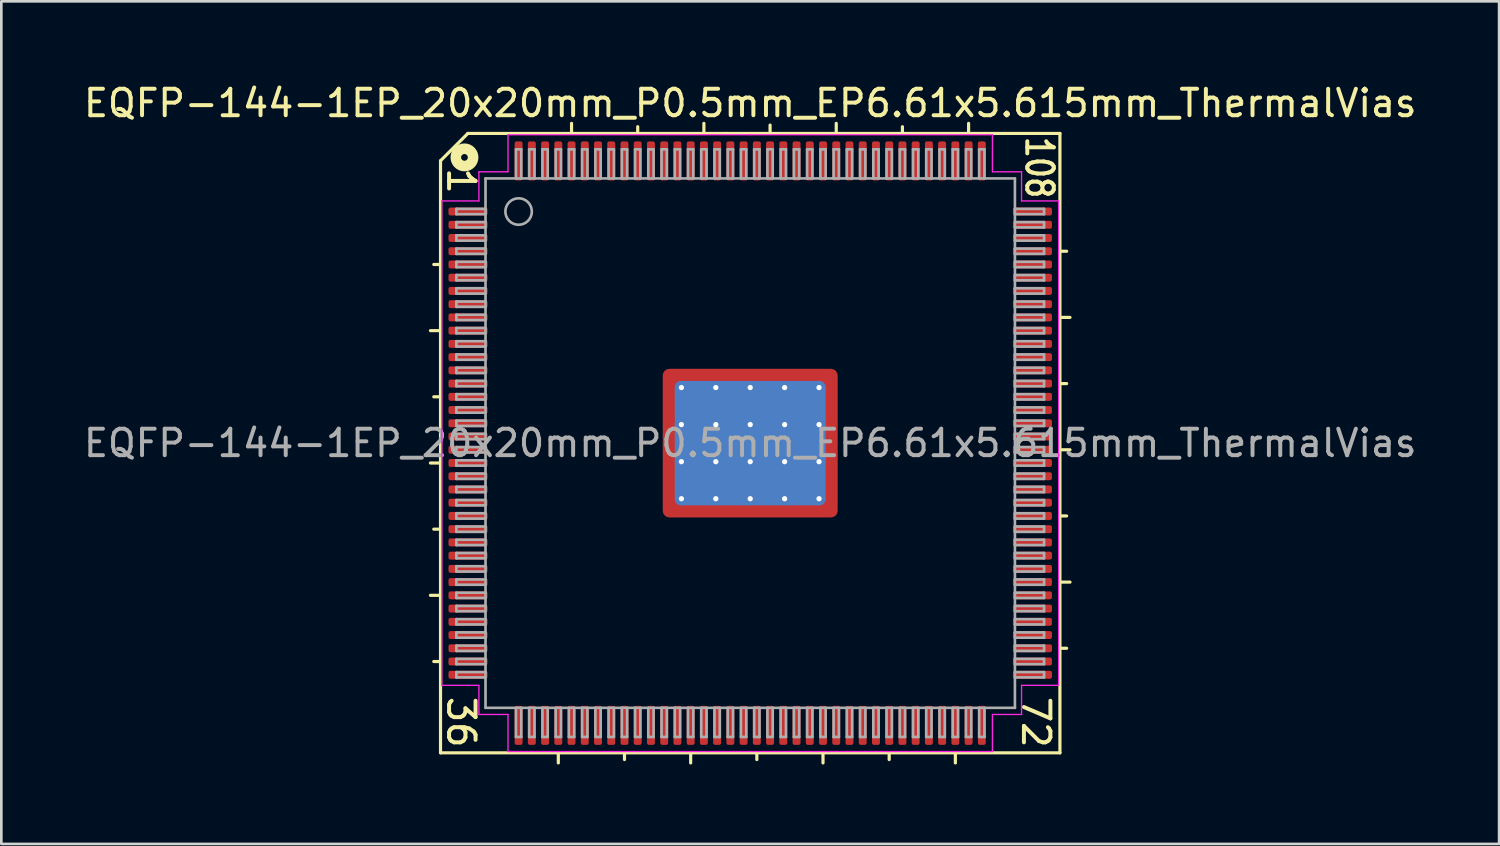
<source format=kicad_pcb>
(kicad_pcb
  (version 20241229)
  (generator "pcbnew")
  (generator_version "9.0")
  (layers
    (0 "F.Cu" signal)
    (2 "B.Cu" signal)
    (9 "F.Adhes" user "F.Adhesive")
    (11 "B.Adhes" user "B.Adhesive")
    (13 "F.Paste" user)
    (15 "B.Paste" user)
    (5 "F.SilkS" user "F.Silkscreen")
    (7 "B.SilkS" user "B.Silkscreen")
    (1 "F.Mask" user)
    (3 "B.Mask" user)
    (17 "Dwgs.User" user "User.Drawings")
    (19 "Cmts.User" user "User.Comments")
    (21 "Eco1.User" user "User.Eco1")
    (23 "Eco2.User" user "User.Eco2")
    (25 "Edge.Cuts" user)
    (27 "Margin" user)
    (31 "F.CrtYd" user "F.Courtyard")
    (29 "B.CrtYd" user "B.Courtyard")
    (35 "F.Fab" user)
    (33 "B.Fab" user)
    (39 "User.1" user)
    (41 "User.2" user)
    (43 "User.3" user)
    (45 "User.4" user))
  (footprint "EQFP-144-1EP_20x20mm_P0.5mm_EP6.61x5.615mm_ThermalVias"
    (layer "F.Cu")
    (at 25.292 13.691)
    (property "Reference" "EQFP-144-1EP_20x20mm_P0.5mm_EP6.61x5.615mm_ThermalVias" (at 0 -12.843 0) (layer "F.SilkS") (effects (font (size 1 1) (thickness 0.15))))
    (attr smd)
    (fp_line (start -11.7 -10.668) (end -11.7 11.7) (stroke (width 0.12) (type solid)) (layer "F.SilkS"))
    (fp_line (start -11.7 -6.75) (end -11.954 -6.75) (stroke (width 0.12) (type solid)) (layer "F.SilkS"))
    (fp_line (start -11.7 -4.25) (end -12.081 -4.25) (stroke (width 0.12) (type solid)) (layer "F.SilkS"))
    (fp_line (start -11.7 -1.75) (end -11.954 -1.75) (stroke (width 0.12) (type solid)) (layer "F.SilkS"))
    (fp_line (start -11.7 0.75) (end -12.081 0.75) (stroke (width 0.12) (type solid)) (layer "F.SilkS"))
    (fp_line (start -11.7 3.25) (end -11.954 3.25) (stroke (width 0.12) (type solid)) (layer "F.SilkS"))
    (fp_line (start -11.7 5.75) (end -12.081 5.75) (stroke (width 0.12) (type solid)) (layer "F.SilkS"))
    (fp_line (start -11.7 8.25) (end -11.954 8.25) (stroke (width 0.12) (type solid)) (layer "F.SilkS"))
    (fp_line (start -11.7 11.7) (end 11.7 11.7) (stroke (width 0.12) (type solid)) (layer "F.SilkS"))
    (fp_line (start -10.668 -11.7) (end -11.7 -10.668) (stroke (width 0.12) (type solid)) (layer "F.SilkS"))
    (fp_line (start -7.25 11.7) (end -7.25 12.081) (stroke (width 0.12) (type solid)) (layer "F.SilkS"))
    (fp_line (start -6.75 -11.7) (end -6.75 -12.081) (stroke (width 0.12) (type solid)) (layer "F.SilkS"))
    (fp_line (start -4.75 11.7) (end -4.75 11.954) (stroke (width 0.12) (type solid)) (layer "F.SilkS"))
    (fp_line (start -4.25 -11.7) (end -4.25 -11.954) (stroke (width 0.12) (type solid)) (layer "F.SilkS"))
    (fp_line (start -2.25 11.7) (end -2.25 12.081) (stroke (width 0.12) (type solid)) (layer "F.SilkS"))
    (fp_line (start -1.75 -11.7) (end -1.75 -12.081) (stroke (width 0.12) (type solid)) (layer "F.SilkS"))
    (fp_line (start -0.889 -11.7) (end -10.668 -11.7) (stroke (width 0.12) (type solid)) (layer "F.SilkS"))
    (fp_line (start 0.25 11.7) (end 0.25 11.954) (stroke (width 0.12) (type solid)) (layer "F.SilkS"))
    (fp_line (start 0.75 -11.766) (end 0.75 -12.016) (stroke (width 0.12) (type solid)) (layer "F.SilkS"))
    (fp_line (start 2.75 11.7) (end 2.75 12.081) (stroke (width 0.12) (type solid)) (layer "F.SilkS"))
    (fp_line (start 3.25 -11.7) (end 3.25 -12.081) (stroke (width 0.12) (type solid)) (layer "F.SilkS"))
    (fp_line (start 5.25 11.7) (end 5.25 11.954) (stroke (width 0.12) (type solid)) (layer "F.SilkS"))
    (fp_line (start 5.75 -11.7) (end 5.75 -11.954) (stroke (width 0.12) (type solid)) (layer "F.SilkS"))
    (fp_line (start 7.75 11.7) (end 7.75 12.081) (stroke (width 0.12) (type solid)) (layer "F.SilkS"))
    (fp_line (start 8.25 -11.7) (end 8.25 -12.081) (stroke (width 0.12) (type solid)) (layer "F.SilkS"))
    (fp_line (start 11.7 -11.7) (end -0.889 -11.7) (stroke (width 0.12) (type solid)) (layer "F.SilkS"))
    (fp_line (start 11.7 -7.25) (end 11.954 -7.25) (stroke (width 0.12) (type solid)) (layer "F.SilkS"))
    (fp_line (start 11.7 -4.75) (end 12.081 -4.75) (stroke (width 0.12) (type solid)) (layer "F.SilkS"))
    (fp_line (start 11.7 -2.25) (end 11.954 -2.25) (stroke (width 0.12) (type solid)) (layer "F.SilkS"))
    (fp_line (start 11.7 0.25) (end 12.081 0.25) (stroke (width 0.12) (type solid)) (layer "F.SilkS"))
    (fp_line (start 11.7 2.75) (end 11.954 2.75) (stroke (width 0.12) (type solid)) (layer "F.SilkS"))
    (fp_line (start 11.7 5.25) (end 12.081 5.25) (stroke (width 0.12) (type solid)) (layer "F.SilkS"))
    (fp_line (start 11.7 7.75) (end 11.954 7.75) (stroke (width 0.12) (type solid)) (layer "F.SilkS"))
    (fp_line (start 11.7 11.7) (end 11.7 -11.7) (stroke (width 0.12) (type solid)) (layer "F.SilkS"))
    (fp_circle (center -10.795 -10.795) (end -10.668 -10.795) (stroke (width 0.4) (type solid)) (fill no) (layer "F.SilkS"))
    (fp_line (start -11.65 -9.15) (end -11.65 0) (stroke (width 0.05) (type solid)) (layer "F.CrtYd"))
    (fp_line (start -11.65 9.15) (end -11.65 0) (stroke (width 0.05) (type solid)) (layer "F.CrtYd"))
    (fp_line (start -10.25 -10.25) (end -10.25 -9.15) (stroke (width 0.05) (type solid)) (layer "F.CrtYd"))
    (fp_line (start -10.25 -9.15) (end -11.65 -9.15) (stroke (width 0.05) (type solid)) (layer "F.CrtYd"))
    (fp_line (start -10.25 9.15) (end -11.65 9.15) (stroke (width 0.05) (type solid)) (layer "F.CrtYd"))
    (fp_line (start -10.25 10.25) (end -10.25 9.15) (stroke (width 0.05) (type solid)) (layer "F.CrtYd"))
    (fp_line (start -9.15 -11.65) (end -9.15 -10.25) (stroke (width 0.05) (type solid)) (layer "F.CrtYd"))
    (fp_line (start -9.15 -10.25) (end -10.25 -10.25) (stroke (width 0.05) (type solid)) (layer "F.CrtYd"))
    (fp_line (start -9.15 10.25) (end -10.25 10.25) (stroke (width 0.05) (type solid)) (layer "F.CrtYd"))
    (fp_line (start -9.15 11.65) (end -9.15 10.25) (stroke (width 0.05) (type solid)) (layer "F.CrtYd"))
    (fp_line (start 0 -11.65) (end -9.15 -11.65) (stroke (width 0.05) (type solid)) (layer "F.CrtYd"))
    (fp_line (start 0 -11.65) (end 9.15 -11.65) (stroke (width 0.05) (type solid)) (layer "F.CrtYd"))
    (fp_line (start 0 11.65) (end -9.15 11.65) (stroke (width 0.05) (type solid)) (layer "F.CrtYd"))
    (fp_line (start 0 11.65) (end 9.15 11.65) (stroke (width 0.05) (type solid)) (layer "F.CrtYd"))
    (fp_line (start 9.15 -11.65) (end 9.15 -10.25) (stroke (width 0.05) (type solid)) (layer "F.CrtYd"))
    (fp_line (start 9.15 -10.25) (end 10.25 -10.25) (stroke (width 0.05) (type solid)) (layer "F.CrtYd"))
    (fp_line (start 9.15 10.25) (end 10.25 10.25) (stroke (width 0.05) (type solid)) (layer "F.CrtYd"))
    (fp_line (start 9.15 11.65) (end 9.15 10.25) (stroke (width 0.05) (type solid)) (layer "F.CrtYd"))
    (fp_line (start 10.25 -10.25) (end 10.25 -9.15) (stroke (width 0.05) (type solid)) (layer "F.CrtYd"))
    (fp_line (start 10.25 -9.15) (end 11.65 -9.15) (stroke (width 0.05) (type solid)) (layer "F.CrtYd"))
    (fp_line (start 10.25 9.15) (end 11.65 9.15) (stroke (width 0.05) (type solid)) (layer "F.CrtYd"))
    (fp_line (start 10.25 10.25) (end 10.25 9.15) (stroke (width 0.05) (type solid)) (layer "F.CrtYd"))
    (fp_line (start 11.65 -9.15) (end 11.65 0) (stroke (width 0.05) (type solid)) (layer "F.CrtYd"))
    (fp_line (start 11.65 9.15) (end 11.65 0) (stroke (width 0.05) (type solid)) (layer "F.CrtYd"))
    (fp_line (start -11.1 -8.85) (end -11.1 -8.65) (stroke (width 0.1) (type solid)) (layer "F.Fab"))
    (fp_line (start -11.1 -8.85) (end -10 -8.85) (stroke (width 0.1) (type solid)) (layer "F.Fab"))
    (fp_line (start -11.1 -8.65) (end -10 -8.65) (stroke (width 0.1) (type solid)) (layer "F.Fab"))
    (fp_line (start -11.1 -8.35) (end -11.1 -8.15) (stroke (width 0.1) (type solid)) (layer "F.Fab"))
    (fp_line (start -11.1 -8.35) (end -10 -8.35) (stroke (width 0.1) (type solid)) (layer "F.Fab"))
    (fp_line (start -11.1 -8.15) (end -10 -8.15) (stroke (width 0.1) (type solid)) (layer "F.Fab"))
    (fp_line (start -11.1 -7.85) (end -11.1 -7.65) (stroke (width 0.1) (type solid)) (layer "F.Fab"))
    (fp_line (start -11.1 -7.85) (end -10 -7.85) (stroke (width 0.1) (type solid)) (layer "F.Fab"))
    (fp_line (start -11.1 -7.65) (end -10 -7.65) (stroke (width 0.1) (type solid)) (layer "F.Fab"))
    (fp_line (start -11.1 -7.35) (end -11.1 -7.15) (stroke (width 0.1) (type solid)) (layer "F.Fab"))
    (fp_line (start -11.1 -7.35) (end -10 -7.35) (stroke (width 0.1) (type solid)) (layer "F.Fab"))
    (fp_line (start -11.1 -7.15) (end -10 -7.15) (stroke (width 0.1) (type solid)) (layer "F.Fab"))
    (fp_line (start -11.1 -6.85) (end -11.1 -6.65) (stroke (width 0.1) (type solid)) (layer "F.Fab"))
    (fp_line (start -11.1 -6.85) (end -10 -6.85) (stroke (width 0.1) (type solid)) (layer "F.Fab"))
    (fp_line (start -11.1 -6.65) (end -10 -6.65) (stroke (width 0.1) (type solid)) (layer "F.Fab"))
    (fp_line (start -11.1 -6.35) (end -11.1 -6.15) (stroke (width 0.1) (type solid)) (layer "F.Fab"))
    (fp_line (start -11.1 -6.35) (end -10 -6.35) (stroke (width 0.1) (type solid)) (layer "F.Fab"))
    (fp_line (start -11.1 -6.15) (end -10 -6.15) (stroke (width 0.1) (type solid)) (layer "F.Fab"))
    (fp_line (start -11.1 -5.85) (end -11.1 -5.65) (stroke (width 0.1) (type solid)) (layer "F.Fab"))
    (fp_line (start -11.1 -5.85) (end -10 -5.85) (stroke (width 0.1) (type solid)) (layer "F.Fab"))
    (fp_line (start -11.1 -5.65) (end -10 -5.65) (stroke (width 0.1) (type solid)) (layer "F.Fab"))
    (fp_line (start -11.1 -5.35) (end -11.1 -5.15) (stroke (width 0.1) (type solid)) (layer "F.Fab"))
    (fp_line (start -11.1 -5.35) (end -10 -5.35) (stroke (width 0.1) (type solid)) (layer "F.Fab"))
    (fp_line (start -11.1 -5.15) (end -10 -5.15) (stroke (width 0.1) (type solid)) (layer "F.Fab"))
    (fp_line (start -11.1 -4.85) (end -11.1 -4.65) (stroke (width 0.1) (type solid)) (layer "F.Fab"))
    (fp_line (start -11.1 -4.85) (end -10 -4.85) (stroke (width 0.1) (type solid)) (layer "F.Fab"))
    (fp_line (start -11.1 -4.65) (end -10 -4.65) (stroke (width 0.1) (type solid)) (layer "F.Fab"))
    (fp_line (start -11.1 -4.35) (end -11.1 -4.15) (stroke (width 0.1) (type solid)) (layer "F.Fab"))
    (fp_line (start -11.1 -4.35) (end -10 -4.35) (stroke (width 0.1) (type solid)) (layer "F.Fab"))
    (fp_line (start -11.1 -4.15) (end -10 -4.15) (stroke (width 0.1) (type solid)) (layer "F.Fab"))
    (fp_line (start -11.1 -3.85) (end -11.1 -3.65) (stroke (width 0.1) (type solid)) (layer "F.Fab"))
    (fp_line (start -11.1 -3.85) (end -10 -3.85) (stroke (width 0.1) (type solid)) (layer "F.Fab"))
    (fp_line (start -11.1 -3.65) (end -10 -3.65) (stroke (width 0.1) (type solid)) (layer "F.Fab"))
    (fp_line (start -11.1 -3.35) (end -11.1 -3.15) (stroke (width 0.1) (type solid)) (layer "F.Fab"))
    (fp_line (start -11.1 -3.35) (end -10 -3.35) (stroke (width 0.1) (type solid)) (layer "F.Fab"))
    (fp_line (start -11.1 -3.15) (end -10 -3.15) (stroke (width 0.1) (type solid)) (layer "F.Fab"))
    (fp_line (start -11.1 -2.85) (end -11.1 -2.65) (stroke (width 0.1) (type solid)) (layer "F.Fab"))
    (fp_line (start -11.1 -2.85) (end -10 -2.85) (stroke (width 0.1) (type solid)) (layer "F.Fab"))
    (fp_line (start -11.1 -2.65) (end -10 -2.65) (stroke (width 0.1) (type solid)) (layer "F.Fab"))
    (fp_line (start -11.1 -2.35) (end -11.1 -2.15) (stroke (width 0.1) (type solid)) (layer "F.Fab"))
    (fp_line (start -11.1 -2.35) (end -10 -2.35) (stroke (width 0.1) (type solid)) (layer "F.Fab"))
    (fp_line (start -11.1 -2.15) (end -10 -2.15) (stroke (width 0.1) (type solid)) (layer "F.Fab"))
    (fp_line (start -11.1 -1.85) (end -11.1 -1.65) (stroke (width 0.1) (type solid)) (layer "F.Fab"))
    (fp_line (start -11.1 -1.85) (end -10 -1.85) (stroke (width 0.1) (type solid)) (layer "F.Fab"))
    (fp_line (start -11.1 -1.65) (end -10 -1.65) (stroke (width 0.1) (type solid)) (layer "F.Fab"))
    (fp_line (start -11.1 -1.35) (end -11.1 -1.15) (stroke (width 0.1) (type solid)) (layer "F.Fab"))
    (fp_line (start -11.1 -1.35) (end -10 -1.35) (stroke (width 0.1) (type solid)) (layer "F.Fab"))
    (fp_line (start -11.1 -1.15) (end -10 -1.15) (stroke (width 0.1) (type solid)) (layer "F.Fab"))
    (fp_line (start -11.1 -0.85) (end -11.1 -0.65) (stroke (width 0.1) (type solid)) (layer "F.Fab"))
    (fp_line (start -11.1 -0.85) (end -10 -0.85) (stroke (width 0.1) (type solid)) (layer "F.Fab"))
    (fp_line (start -11.1 -0.65) (end -10 -0.65) (stroke (width 0.1) (type solid)) (layer "F.Fab"))
    (fp_line (start -11.1 -0.35) (end -11.1 -0.15) (stroke (width 0.1) (type solid)) (layer "F.Fab"))
    (fp_line (start -11.1 -0.35) (end -10 -0.35) (stroke (width 0.1) (type solid)) (layer "F.Fab"))
    (fp_line (start -11.1 -0.15) (end -10 -0.15) (stroke (width 0.1) (type solid)) (layer "F.Fab"))
    (fp_line (start -11.1 0.15) (end -11.1 0.35) (stroke (width 0.1) (type solid)) (layer "F.Fab"))
    (fp_line (start -11.1 0.15) (end -10 0.15) (stroke (width 0.1) (type solid)) (layer "F.Fab"))
    (fp_line (start -11.1 0.35) (end -10 0.35) (stroke (width 0.1) (type solid)) (layer "F.Fab"))
    (fp_line (start -11.1 0.65) (end -11.1 0.85) (stroke (width 0.1) (type solid)) (layer "F.Fab"))
    (fp_line (start -11.1 0.65) (end -10 0.65) (stroke (width 0.1) (type solid)) (layer "F.Fab"))
    (fp_line (start -11.1 0.85) (end -10 0.85) (stroke (width 0.1) (type solid)) (layer "F.Fab"))
    (fp_line (start -11.1 1.15) (end -11.1 1.35) (stroke (width 0.1) (type solid)) (layer "F.Fab"))
    (fp_line (start -11.1 1.15) (end -10 1.15) (stroke (width 0.1) (type solid)) (layer "F.Fab"))
    (fp_line (start -11.1 1.35) (end -10 1.35) (stroke (width 0.1) (type solid)) (layer "F.Fab"))
    (fp_line (start -11.1 1.65) (end -11.1 1.85) (stroke (width 0.1) (type solid)) (layer "F.Fab"))
    (fp_line (start -11.1 1.65) (end -10 1.65) (stroke (width 0.1) (type solid)) (layer "F.Fab"))
    (fp_line (start -11.1 1.85) (end -10 1.85) (stroke (width 0.1) (type solid)) (layer "F.Fab"))
    (fp_line (start -11.1 2.15) (end -11.1 2.35) (stroke (width 0.1) (type solid)) (layer "F.Fab"))
    (fp_line (start -11.1 2.15) (end -10 2.15) (stroke (width 0.1) (type solid)) (layer "F.Fab"))
    (fp_line (start -11.1 2.35) (end -10 2.35) (stroke (width 0.1) (type solid)) (layer "F.Fab"))
    (fp_line (start -11.1 2.65) (end -11.1 2.85) (stroke (width 0.1) (type solid)) (layer "F.Fab"))
    (fp_line (start -11.1 2.65) (end -10 2.65) (stroke (width 0.1) (type solid)) (layer "F.Fab"))
    (fp_line (start -11.1 2.85) (end -10 2.85) (stroke (width 0.1) (type solid)) (layer "F.Fab"))
    (fp_line (start -11.1 3.15) (end -11.1 3.35) (stroke (width 0.1) (type solid)) (layer "F.Fab"))
    (fp_line (start -11.1 3.15) (end -10 3.15) (stroke (width 0.1) (type solid)) (layer "F.Fab"))
    (fp_line (start -11.1 3.35) (end -10 3.35) (stroke (width 0.1) (type solid)) (layer "F.Fab"))
    (fp_line (start -11.1 3.65) (end -11.1 3.85) (stroke (width 0.1) (type solid)) (layer "F.Fab"))
    (fp_line (start -11.1 3.65) (end -10 3.65) (stroke (width 0.1) (type solid)) (layer "F.Fab"))
    (fp_line (start -11.1 3.85) (end -10 3.85) (stroke (width 0.1) (type solid)) (layer "F.Fab"))
    (fp_line (start -11.1 4.15) (end -11.1 4.35) (stroke (width 0.1) (type solid)) (layer "F.Fab"))
    (fp_line (start -11.1 4.15) (end -10 4.15) (stroke (width 0.1) (type solid)) (layer "F.Fab"))
    (fp_line (start -11.1 4.35) (end -10 4.35) (stroke (width 0.1) (type solid)) (layer "F.Fab"))
    (fp_line (start -11.1 4.65) (end -11.1 4.85) (stroke (width 0.1) (type solid)) (layer "F.Fab"))
    (fp_line (start -11.1 4.65) (end -10 4.65) (stroke (width 0.1) (type solid)) (layer "F.Fab"))
    (fp_line (start -11.1 4.85) (end -10 4.85) (stroke (width 0.1) (type solid)) (layer "F.Fab"))
    (fp_line (start -11.1 5.15) (end -11.1 5.35) (stroke (width 0.1) (type solid)) (layer "F.Fab"))
    (fp_line (start -11.1 5.15) (end -10 5.15) (stroke (width 0.1) (type solid)) (layer "F.Fab"))
    (fp_line (start -11.1 5.35) (end -10 5.35) (stroke (width 0.1) (type solid)) (layer "F.Fab"))
    (fp_line (start -11.1 5.65) (end -11.1 5.85) (stroke (width 0.1) (type solid)) (layer "F.Fab"))
    (fp_line (start -11.1 5.65) (end -10 5.65) (stroke (width 0.1) (type solid)) (layer "F.Fab"))
    (fp_line (start -11.1 5.85) (end -10 5.85) (stroke (width 0.1) (type solid)) (layer "F.Fab"))
    (fp_line (start -11.1 6.15) (end -11.1 6.35) (stroke (width 0.1) (type solid)) (layer "F.Fab"))
    (fp_line (start -11.1 6.15) (end -10 6.15) (stroke (width 0.1) (type solid)) (layer "F.Fab"))
    (fp_line (start -11.1 6.35) (end -10 6.35) (stroke (width 0.1) (type solid)) (layer "F.Fab"))
    (fp_line (start -11.1 6.65) (end -11.1 6.85) (stroke (width 0.1) (type solid)) (layer "F.Fab"))
    (fp_line (start -11.1 6.65) (end -10 6.65) (stroke (width 0.1) (type solid)) (layer "F.Fab"))
    (fp_line (start -11.1 6.85) (end -10 6.85) (stroke (width 0.1) (type solid)) (layer "F.Fab"))
    (fp_line (start -11.1 7.15) (end -11.1 7.35) (stroke (width 0.1) (type solid)) (layer "F.Fab"))
    (fp_line (start -11.1 7.15) (end -10 7.15) (stroke (width 0.1) (type solid)) (layer "F.Fab"))
    (fp_line (start -11.1 7.35) (end -10 7.35) (stroke (width 0.1) (type solid)) (layer "F.Fab"))
    (fp_line (start -11.1 7.65) (end -11.1 7.85) (stroke (width 0.1) (type solid)) (layer "F.Fab"))
    (fp_line (start -11.1 7.65) (end -10 7.65) (stroke (width 0.1) (type solid)) (layer "F.Fab"))
    (fp_line (start -11.1 7.85) (end -10 7.85) (stroke (width 0.1) (type solid)) (layer "F.Fab"))
    (fp_line (start -11.1 8.15) (end -11.1 8.35) (stroke (width 0.1) (type solid)) (layer "F.Fab"))
    (fp_line (start -11.1 8.15) (end -10 8.15) (stroke (width 0.1) (type solid)) (layer "F.Fab"))
    (fp_line (start -11.1 8.35) (end -10 8.35) (stroke (width 0.1) (type solid)) (layer "F.Fab"))
    (fp_line (start -11.1 8.65) (end -11.1 8.85) (stroke (width 0.1) (type solid)) (layer "F.Fab"))
    (fp_line (start -11.1 8.65) (end -10 8.65) (stroke (width 0.1) (type solid)) (layer "F.Fab"))
    (fp_line (start -11.1 8.85) (end -10 8.85) (stroke (width 0.1) (type solid)) (layer "F.Fab"))
    (fp_line (start -10 -10) (end 10 -10) (stroke (width 0.1) (type solid)) (layer "F.Fab"))
    (fp_line (start -10 10) (end -10 -10) (stroke (width 0.1) (type solid)) (layer "F.Fab"))
    (fp_line (start -8.85 -11.1) (end -8.85 -10) (stroke (width 0.1) (type solid)) (layer "F.Fab"))
    (fp_line (start -8.85 11.1) (end -8.85 10) (stroke (width 0.1) (type solid)) (layer "F.Fab"))
    (fp_line (start -8.85 11.1) (end -8.65 11.1) (stroke (width 0.1) (type solid)) (layer "F.Fab"))
    (fp_line (start -8.65 -11.1) (end -8.85 -11.1) (stroke (width 0.1) (type solid)) (layer "F.Fab"))
    (fp_line (start -8.65 -11.1) (end -8.65 -10) (stroke (width 0.1) (type solid)) (layer "F.Fab"))
    (fp_line (start -8.65 11.1) (end -8.65 10) (stroke (width 0.1) (type solid)) (layer "F.Fab"))
    (fp_line (start -8.35 -11.1) (end -8.35 -10) (stroke (width 0.1) (type solid)) (layer "F.Fab"))
    (fp_line (start -8.35 11.1) (end -8.35 10) (stroke (width 0.1) (type solid)) (layer "F.Fab"))
    (fp_line (start -8.35 11.1) (end -8.15 11.1) (stroke (width 0.1) (type solid)) (layer "F.Fab"))
    (fp_line (start -8.15 -11.1) (end -8.35 -11.1) (stroke (width 0.1) (type solid)) (layer "F.Fab"))
    (fp_line (start -8.15 -11.1) (end -8.15 -10) (stroke (width 0.1) (type solid)) (layer "F.Fab"))
    (fp_line (start -8.15 11.1) (end -8.15 10) (stroke (width 0.1) (type solid)) (layer "F.Fab"))
    (fp_line (start -7.85 -11.1) (end -7.85 -10) (stroke (width 0.1) (type solid)) (layer "F.Fab"))
    (fp_line (start -7.85 11.1) (end -7.85 10) (stroke (width 0.1) (type solid)) (layer "F.Fab"))
    (fp_line (start -7.85 11.1) (end -7.65 11.1) (stroke (width 0.1) (type solid)) (layer "F.Fab"))
    (fp_line (start -7.65 -11.1) (end -7.85 -11.1) (stroke (width 0.1) (type solid)) (layer "F.Fab"))
    (fp_line (start -7.65 -11.1) (end -7.65 -10) (stroke (width 0.1) (type solid)) (layer "F.Fab"))
    (fp_line (start -7.65 11.1) (end -7.65 10) (stroke (width 0.1) (type solid)) (layer "F.Fab"))
    (fp_line (start -7.35 -11.1) (end -7.35 -10) (stroke (width 0.1) (type solid)) (layer "F.Fab"))
    (fp_line (start -7.35 11.1) (end -7.35 10) (stroke (width 0.1) (type solid)) (layer "F.Fab"))
    (fp_line (start -7.35 11.1) (end -7.15 11.1) (stroke (width 0.1) (type solid)) (layer "F.Fab"))
    (fp_line (start -7.15 -11.1) (end -7.35 -11.1) (stroke (width 0.1) (type solid)) (layer "F.Fab"))
    (fp_line (start -7.15 -11.1) (end -7.15 -10) (stroke (width 0.1) (type solid)) (layer "F.Fab"))
    (fp_line (start -7.15 11.1) (end -7.15 10) (stroke (width 0.1) (type solid)) (layer "F.Fab"))
    (fp_line (start -6.85 -11.1) (end -6.85 -10) (stroke (width 0.1) (type solid)) (layer "F.Fab"))
    (fp_line (start -6.85 11.1) (end -6.85 10) (stroke (width 0.1) (type solid)) (layer "F.Fab"))
    (fp_line (start -6.85 11.1) (end -6.65 11.1) (stroke (width 0.1) (type solid)) (layer "F.Fab"))
    (fp_line (start -6.65 -11.1) (end -6.85 -11.1) (stroke (width 0.1) (type solid)) (layer "F.Fab"))
    (fp_line (start -6.65 -11.1) (end -6.65 -10) (stroke (width 0.1) (type solid)) (layer "F.Fab"))
    (fp_line (start -6.65 11.1) (end -6.65 10) (stroke (width 0.1) (type solid)) (layer "F.Fab"))
    (fp_line (start -6.35 -11.1) (end -6.35 -10) (stroke (width 0.1) (type solid)) (layer "F.Fab"))
    (fp_line (start -6.35 11.1) (end -6.35 10) (stroke (width 0.1) (type solid)) (layer "F.Fab"))
    (fp_line (start -6.35 11.1) (end -6.15 11.1) (stroke (width 0.1) (type solid)) (layer "F.Fab"))
    (fp_line (start -6.15 -11.1) (end -6.35 -11.1) (stroke (width 0.1) (type solid)) (layer "F.Fab"))
    (fp_line (start -6.15 -11.1) (end -6.15 -10) (stroke (width 0.1) (type solid)) (layer "F.Fab"))
    (fp_line (start -6.15 11.1) (end -6.15 10) (stroke (width 0.1) (type solid)) (layer "F.Fab"))
    (fp_line (start -5.85 -11.1) (end -5.85 -10) (stroke (width 0.1) (type solid)) (layer "F.Fab"))
    (fp_line (start -5.85 11.1) (end -5.85 10) (stroke (width 0.1) (type solid)) (layer "F.Fab"))
    (fp_line (start -5.85 11.1) (end -5.65 11.1) (stroke (width 0.1) (type solid)) (layer "F.Fab"))
    (fp_line (start -5.65 -11.1) (end -5.85 -11.1) (stroke (width 0.1) (type solid)) (layer "F.Fab"))
    (fp_line (start -5.65 -11.1) (end -5.65 -10) (stroke (width 0.1) (type solid)) (layer "F.Fab"))
    (fp_line (start -5.65 11.1) (end -5.65 10) (stroke (width 0.1) (type solid)) (layer "F.Fab"))
    (fp_line (start -5.35 -11.1) (end -5.35 -10) (stroke (width 0.1) (type solid)) (layer "F.Fab"))
    (fp_line (start -5.35 11.1) (end -5.35 10) (stroke (width 0.1) (type solid)) (layer "F.Fab"))
    (fp_line (start -5.35 11.1) (end -5.15 11.1) (stroke (width 0.1) (type solid)) (layer "F.Fab"))
    (fp_line (start -5.15 -11.1) (end -5.35 -11.1) (stroke (width 0.1) (type solid)) (layer "F.Fab"))
    (fp_line (start -5.15 -11.1) (end -5.15 -10) (stroke (width 0.1) (type solid)) (layer "F.Fab"))
    (fp_line (start -5.15 11.1) (end -5.15 10) (stroke (width 0.1) (type solid)) (layer "F.Fab"))
    (fp_line (start -4.85 -11.1) (end -4.85 -10) (stroke (width 0.1) (type solid)) (layer "F.Fab"))
    (fp_line (start -4.85 11.1) (end -4.85 10) (stroke (width 0.1) (type solid)) (layer "F.Fab"))
    (fp_line (start -4.85 11.1) (end -4.65 11.1) (stroke (width 0.1) (type solid)) (layer "F.Fab"))
    (fp_line (start -4.65 -11.1) (end -4.85 -11.1) (stroke (width 0.1) (type solid)) (layer "F.Fab"))
    (fp_line (start -4.65 -11.1) (end -4.65 -10) (stroke (width 0.1) (type solid)) (layer "F.Fab"))
    (fp_line (start -4.65 11.1) (end -4.65 10) (stroke (width 0.1) (type solid)) (layer "F.Fab"))
    (fp_line (start -4.35 -11.1) (end -4.35 -10) (stroke (width 0.1) (type solid)) (layer "F.Fab"))
    (fp_line (start -4.35 11.1) (end -4.35 10) (stroke (width 0.1) (type solid)) (layer "F.Fab"))
    (fp_line (start -4.35 11.1) (end -4.15 11.1) (stroke (width 0.1) (type solid)) (layer "F.Fab"))
    (fp_line (start -4.15 -11.1) (end -4.35 -11.1) (stroke (width 0.1) (type solid)) (layer "F.Fab"))
    (fp_line (start -4.15 -11.1) (end -4.15 -10) (stroke (width 0.1) (type solid)) (layer "F.Fab"))
    (fp_line (start -4.15 11.1) (end -4.15 10) (stroke (width 0.1) (type solid)) (layer "F.Fab"))
    (fp_line (start -3.85 -11.1) (end -3.85 -10) (stroke (width 0.1) (type solid)) (layer "F.Fab"))
    (fp_line (start -3.85 11.1) (end -3.85 10) (stroke (width 0.1) (type solid)) (layer "F.Fab"))
    (fp_line (start -3.85 11.1) (end -3.65 11.1) (stroke (width 0.1) (type solid)) (layer "F.Fab"))
    (fp_line (start -3.65 -11.1) (end -3.85 -11.1) (stroke (width 0.1) (type solid)) (layer "F.Fab"))
    (fp_line (start -3.65 -11.1) (end -3.65 -10) (stroke (width 0.1) (type solid)) (layer "F.Fab"))
    (fp_line (start -3.65 11.1) (end -3.65 10) (stroke (width 0.1) (type solid)) (layer "F.Fab"))
    (fp_line (start -3.35 -11.1) (end -3.35 -10) (stroke (width 0.1) (type solid)) (layer "F.Fab"))
    (fp_line (start -3.35 11.1) (end -3.35 10) (stroke (width 0.1) (type solid)) (layer "F.Fab"))
    (fp_line (start -3.35 11.1) (end -3.15 11.1) (stroke (width 0.1) (type solid)) (layer "F.Fab"))
    (fp_line (start -3.15 -11.1) (end -3.35 -11.1) (stroke (width 0.1) (type solid)) (layer "F.Fab"))
    (fp_line (start -3.15 -11.1) (end -3.15 -10) (stroke (width 0.1) (type solid)) (layer "F.Fab"))
    (fp_line (start -3.15 11.1) (end -3.15 10) (stroke (width 0.1) (type solid)) (layer "F.Fab"))
    (fp_line (start -2.85 -11.1) (end -2.85 -10) (stroke (width 0.1) (type solid)) (layer "F.Fab"))
    (fp_line (start -2.85 11.1) (end -2.85 10) (stroke (width 0.1) (type solid)) (layer "F.Fab"))
    (fp_line (start -2.85 11.1) (end -2.65 11.1) (stroke (width 0.1) (type solid)) (layer "F.Fab"))
    (fp_line (start -2.65 -11.1) (end -2.85 -11.1) (stroke (width 0.1) (type solid)) (layer "F.Fab"))
    (fp_line (start -2.65 -11.1) (end -2.65 -10) (stroke (width 0.1) (type solid)) (layer "F.Fab"))
    (fp_line (start -2.65 11.1) (end -2.65 10) (stroke (width 0.1) (type solid)) (layer "F.Fab"))
    (fp_line (start -2.35 -11.1) (end -2.35 -10) (stroke (width 0.1) (type solid)) (layer "F.Fab"))
    (fp_line (start -2.35 11.1) (end -2.35 10) (stroke (width 0.1) (type solid)) (layer "F.Fab"))
    (fp_line (start -2.35 11.1) (end -2.15 11.1) (stroke (width 0.1) (type solid)) (layer "F.Fab"))
    (fp_line (start -2.15 -11.1) (end -2.35 -11.1) (stroke (width 0.1) (type solid)) (layer "F.Fab"))
    (fp_line (start -2.15 -11.1) (end -2.15 -10) (stroke (width 0.1) (type solid)) (layer "F.Fab"))
    (fp_line (start -2.15 11.1) (end -2.15 10) (stroke (width 0.1) (type solid)) (layer "F.Fab"))
    (fp_line (start -1.85 -11.1) (end -1.85 -10) (stroke (width 0.1) (type solid)) (layer "F.Fab"))
    (fp_line (start -1.85 11.1) (end -1.85 10) (stroke (width 0.1) (type solid)) (layer "F.Fab"))
    (fp_line (start -1.85 11.1) (end -1.65 11.1) (stroke (width 0.1) (type solid)) (layer "F.Fab"))
    (fp_line (start -1.65 -11.1) (end -1.85 -11.1) (stroke (width 0.1) (type solid)) (layer "F.Fab"))
    (fp_line (start -1.65 -11.1) (end -1.65 -10) (stroke (width 0.1) (type solid)) (layer "F.Fab"))
    (fp_line (start -1.65 11.1) (end -1.65 10) (stroke (width 0.1) (type solid)) (layer "F.Fab"))
    (fp_line (start -1.35 -11.1) (end -1.35 -10) (stroke (width 0.1) (type solid)) (layer "F.Fab"))
    (fp_line (start -1.35 11.1) (end -1.35 10) (stroke (width 0.1) (type solid)) (layer "F.Fab"))
    (fp_line (start -1.35 11.1) (end -1.15 11.1) (stroke (width 0.1) (type solid)) (layer "F.Fab"))
    (fp_line (start -1.15 -11.1) (end -1.35 -11.1) (stroke (width 0.1) (type solid)) (layer "F.Fab"))
    (fp_line (start -1.15 -11.1) (end -1.15 -10) (stroke (width 0.1) (type solid)) (layer "F.Fab"))
    (fp_line (start -1.15 11.1) (end -1.15 10) (stroke (width 0.1) (type solid)) (layer "F.Fab"))
    (fp_line (start -0.85 -11.1) (end -0.85 -10) (stroke (width 0.1) (type solid)) (layer "F.Fab"))
    (fp_line (start -0.85 11.1) (end -0.85 10) (stroke (width 0.1) (type solid)) (layer "F.Fab"))
    (fp_line (start -0.85 11.1) (end -0.65 11.1) (stroke (width 0.1) (type solid)) (layer "F.Fab"))
    (fp_line (start -0.65 -11.1) (end -0.85 -11.1) (stroke (width 0.1) (type solid)) (layer "F.Fab"))
    (fp_line (start -0.65 -11.1) (end -0.65 -10) (stroke (width 0.1) (type solid)) (layer "F.Fab"))
    (fp_line (start -0.65 11.1) (end -0.65 10) (stroke (width 0.1) (type solid)) (layer "F.Fab"))
    (fp_line (start -0.35 -11.1) (end -0.35 -10) (stroke (width 0.1) (type solid)) (layer "F.Fab"))
    (fp_line (start -0.35 11.1) (end -0.35 10) (stroke (width 0.1) (type solid)) (layer "F.Fab"))
    (fp_line (start -0.35 11.1) (end -0.15 11.1) (stroke (width 0.1) (type solid)) (layer "F.Fab"))
    (fp_line (start -0.15 -11.1) (end -0.35 -11.1) (stroke (width 0.1) (type solid)) (layer "F.Fab"))
    (fp_line (start -0.15 -11.1) (end -0.15 -10) (stroke (width 0.1) (type solid)) (layer "F.Fab"))
    (fp_line (start -0.15 11.1) (end -0.15 10) (stroke (width 0.1) (type solid)) (layer "F.Fab"))
    (fp_line (start 0.15 -11.1) (end 0.15 -10) (stroke (width 0.1) (type solid)) (layer "F.Fab"))
    (fp_line (start 0.15 11.1) (end 0.15 10) (stroke (width 0.1) (type solid)) (layer "F.Fab"))
    (fp_line (start 0.15 11.1) (end 0.35 11.1) (stroke (width 0.1) (type solid)) (layer "F.Fab"))
    (fp_line (start 0.35 -11.1) (end 0.15 -11.1) (stroke (width 0.1) (type solid)) (layer "F.Fab"))
    (fp_line (start 0.35 -11.1) (end 0.35 -10) (stroke (width 0.1) (type solid)) (layer "F.Fab"))
    (fp_line (start 0.35 11.1) (end 0.35 10) (stroke (width 0.1) (type solid)) (layer "F.Fab"))
    (fp_line (start 0.65 -11.1) (end 0.65 -10) (stroke (width 0.1) (type solid)) (layer "F.Fab"))
    (fp_line (start 0.65 11.1) (end 0.65 10) (stroke (width 0.1) (type solid)) (layer "F.Fab"))
    (fp_line (start 0.65 11.1) (end 0.85 11.1) (stroke (width 0.1) (type solid)) (layer "F.Fab"))
    (fp_line (start 0.85 -11.1) (end 0.65 -11.1) (stroke (width 0.1) (type solid)) (layer "F.Fab"))
    (fp_line (start 0.85 -11.1) (end 0.85 -10) (stroke (width 0.1) (type solid)) (layer "F.Fab"))
    (fp_line (start 0.85 11.1) (end 0.85 10) (stroke (width 0.1) (type solid)) (layer "F.Fab"))
    (fp_line (start 1.15 -11.1) (end 1.15 -10) (stroke (width 0.1) (type solid)) (layer "F.Fab"))
    (fp_line (start 1.15 11.1) (end 1.15 10) (stroke (width 0.1) (type solid)) (layer "F.Fab"))
    (fp_line (start 1.15 11.1) (end 1.35 11.1) (stroke (width 0.1) (type solid)) (layer "F.Fab"))
    (fp_line (start 1.35 -11.1) (end 1.15 -11.1) (stroke (width 0.1) (type solid)) (layer "F.Fab"))
    (fp_line (start 1.35 -11.1) (end 1.35 -10) (stroke (width 0.1) (type solid)) (layer "F.Fab"))
    (fp_line (start 1.35 11.1) (end 1.35 10) (stroke (width 0.1) (type solid)) (layer "F.Fab"))
    (fp_line (start 1.65 -11.1) (end 1.65 -10) (stroke (width 0.1) (type solid)) (layer "F.Fab"))
    (fp_line (start 1.65 11.1) (end 1.65 10) (stroke (width 0.1) (type solid)) (layer "F.Fab"))
    (fp_line (start 1.65 11.1) (end 1.85 11.1) (stroke (width 0.1) (type solid)) (layer "F.Fab"))
    (fp_line (start 1.85 -11.1) (end 1.65 -11.1) (stroke (width 0.1) (type solid)) (layer "F.Fab"))
    (fp_line (start 1.85 -11.1) (end 1.85 -10) (stroke (width 0.1) (type solid)) (layer "F.Fab"))
    (fp_line (start 1.85 11.1) (end 1.85 10) (stroke (width 0.1) (type solid)) (layer "F.Fab"))
    (fp_line (start 2.15 -11.1) (end 2.15 -10) (stroke (width 0.1) (type solid)) (layer "F.Fab"))
    (fp_line (start 2.15 11.1) (end 2.15 10) (stroke (width 0.1) (type solid)) (layer "F.Fab"))
    (fp_line (start 2.15 11.1) (end 2.35 11.1) (stroke (width 0.1) (type solid)) (layer "F.Fab"))
    (fp_line (start 2.35 -11.1) (end 2.15 -11.1) (stroke (width 0.1) (type solid)) (layer "F.Fab"))
    (fp_line (start 2.35 -11.1) (end 2.35 -10) (stroke (width 0.1) (type solid)) (layer "F.Fab"))
    (fp_line (start 2.35 11.1) (end 2.35 10) (stroke (width 0.1) (type solid)) (layer "F.Fab"))
    (fp_line (start 2.65 -11.1) (end 2.65 -10) (stroke (width 0.1) (type solid)) (layer "F.Fab"))
    (fp_line (start 2.65 11.1) (end 2.65 10) (stroke (width 0.1) (type solid)) (layer "F.Fab"))
    (fp_line (start 2.65 11.1) (end 2.85 11.1) (stroke (width 0.1) (type solid)) (layer "F.Fab"))
    (fp_line (start 2.85 -11.1) (end 2.65 -11.1) (stroke (width 0.1) (type solid)) (layer "F.Fab"))
    (fp_line (start 2.85 -11.1) (end 2.85 -10) (stroke (width 0.1) (type solid)) (layer "F.Fab"))
    (fp_line (start 2.85 11.1) (end 2.85 10) (stroke (width 0.1) (type solid)) (layer "F.Fab"))
    (fp_line (start 3.15 -11.1) (end 3.15 -10) (stroke (width 0.1) (type solid)) (layer "F.Fab"))
    (fp_line (start 3.15 11.1) (end 3.15 10) (stroke (width 0.1) (type solid)) (layer "F.Fab"))
    (fp_line (start 3.15 11.1) (end 3.35 11.1) (stroke (width 0.1) (type solid)) (layer "F.Fab"))
    (fp_line (start 3.35 -11.1) (end 3.15 -11.1) (stroke (width 0.1) (type solid)) (layer "F.Fab"))
    (fp_line (start 3.35 -11.1) (end 3.35 -10) (stroke (width 0.1) (type solid)) (layer "F.Fab"))
    (fp_line (start 3.35 11.1) (end 3.35 10) (stroke (width 0.1) (type solid)) (layer "F.Fab"))
    (fp_line (start 3.65 -11.1) (end 3.65 -10) (stroke (width 0.1) (type solid)) (layer "F.Fab"))
    (fp_line (start 3.65 11.1) (end 3.65 10) (stroke (width 0.1) (type solid)) (layer "F.Fab"))
    (fp_line (start 3.65 11.1) (end 3.85 11.1) (stroke (width 0.1) (type solid)) (layer "F.Fab"))
    (fp_line (start 3.85 -11.1) (end 3.65 -11.1) (stroke (width 0.1) (type solid)) (layer "F.Fab"))
    (fp_line (start 3.85 -11.1) (end 3.85 -10) (stroke (width 0.1) (type solid)) (layer "F.Fab"))
    (fp_line (start 3.85 11.1) (end 3.85 10) (stroke (width 0.1) (type solid)) (layer "F.Fab"))
    (fp_line (start 4.15 -11.1) (end 4.15 -10) (stroke (width 0.1) (type solid)) (layer "F.Fab"))
    (fp_line (start 4.15 11.1) (end 4.15 10) (stroke (width 0.1) (type solid)) (layer "F.Fab"))
    (fp_line (start 4.15 11.1) (end 4.35 11.1) (stroke (width 0.1) (type solid)) (layer "F.Fab"))
    (fp_line (start 4.35 -11.1) (end 4.15 -11.1) (stroke (width 0.1) (type solid)) (layer "F.Fab"))
    (fp_line (start 4.35 -11.1) (end 4.35 -10) (stroke (width 0.1) (type solid)) (layer "F.Fab"))
    (fp_line (start 4.35 11.1) (end 4.35 10) (stroke (width 0.1) (type solid)) (layer "F.Fab"))
    (fp_line (start 4.65 -11.1) (end 4.65 -10) (stroke (width 0.1) (type solid)) (layer "F.Fab"))
    (fp_line (start 4.65 11.1) (end 4.65 10) (stroke (width 0.1) (type solid)) (layer "F.Fab"))
    (fp_line (start 4.65 11.1) (end 4.85 11.1) (stroke (width 0.1) (type solid)) (layer "F.Fab"))
    (fp_line (start 4.85 -11.1) (end 4.65 -11.1) (stroke (width 0.1) (type solid)) (layer "F.Fab"))
    (fp_line (start 4.85 -11.1) (end 4.85 -10) (stroke (width 0.1) (type solid)) (layer "F.Fab"))
    (fp_line (start 4.85 11.1) (end 4.85 10) (stroke (width 0.1) (type solid)) (layer "F.Fab"))
    (fp_line (start 5.15 -11.1) (end 5.15 -10) (stroke (width 0.1) (type solid)) (layer "F.Fab"))
    (fp_line (start 5.15 11.1) (end 5.15 10) (stroke (width 0.1) (type solid)) (layer "F.Fab"))
    (fp_line (start 5.15 11.1) (end 5.35 11.1) (stroke (width 0.1) (type solid)) (layer "F.Fab"))
    (fp_line (start 5.35 -11.1) (end 5.15 -11.1) (stroke (width 0.1) (type solid)) (layer "F.Fab"))
    (fp_line (start 5.35 -11.1) (end 5.35 -10) (stroke (width 0.1) (type solid)) (layer "F.Fab"))
    (fp_line (start 5.35 11.1) (end 5.35 10) (stroke (width 0.1) (type solid)) (layer "F.Fab"))
    (fp_line (start 5.65 -11.1) (end 5.65 -10) (stroke (width 0.1) (type solid)) (layer "F.Fab"))
    (fp_line (start 5.65 11.1) (end 5.65 10) (stroke (width 0.1) (type solid)) (layer "F.Fab"))
    (fp_line (start 5.65 11.1) (end 5.85 11.1) (stroke (width 0.1) (type solid)) (layer "F.Fab"))
    (fp_line (start 5.85 -11.1) (end 5.65 -11.1) (stroke (width 0.1) (type solid)) (layer "F.Fab"))
    (fp_line (start 5.85 -11.1) (end 5.85 -10) (stroke (width 0.1) (type solid)) (layer "F.Fab"))
    (fp_line (start 5.85 11.1) (end 5.85 10) (stroke (width 0.1) (type solid)) (layer "F.Fab"))
    (fp_line (start 6.15 -11.1) (end 6.15 -10) (stroke (width 0.1) (type solid)) (layer "F.Fab"))
    (fp_line (start 6.15 11.1) (end 6.15 10) (stroke (width 0.1) (type solid)) (layer "F.Fab"))
    (fp_line (start 6.15 11.1) (end 6.35 11.1) (stroke (width 0.1) (type solid)) (layer "F.Fab"))
    (fp_line (start 6.35 -11.1) (end 6.15 -11.1) (stroke (width 0.1) (type solid)) (layer "F.Fab"))
    (fp_line (start 6.35 -11.1) (end 6.35 -10) (stroke (width 0.1) (type solid)) (layer "F.Fab"))
    (fp_line (start 6.35 11.1) (end 6.35 10) (stroke (width 0.1) (type solid)) (layer "F.Fab"))
    (fp_line (start 6.65 -11.1) (end 6.65 -10) (stroke (width 0.1) (type solid)) (layer "F.Fab"))
    (fp_line (start 6.65 11.1) (end 6.65 10) (stroke (width 0.1) (type solid)) (layer "F.Fab"))
    (fp_line (start 6.65 11.1) (end 6.85 11.1) (stroke (width 0.1) (type solid)) (layer "F.Fab"))
    (fp_line (start 6.85 -11.1) (end 6.65 -11.1) (stroke (width 0.1) (type solid)) (layer "F.Fab"))
    (fp_line (start 6.85 -11.1) (end 6.85 -10) (stroke (width 0.1) (type solid)) (layer "F.Fab"))
    (fp_line (start 6.85 11.1) (end 6.85 10) (stroke (width 0.1) (type solid)) (layer "F.Fab"))
    (fp_line (start 7.15 -11.1) (end 7.15 -10) (stroke (width 0.1) (type solid)) (layer "F.Fab"))
    (fp_line (start 7.15 11.1) (end 7.15 10) (stroke (width 0.1) (type solid)) (layer "F.Fab"))
    (fp_line (start 7.15 11.1) (end 7.35 11.1) (stroke (width 0.1) (type solid)) (layer "F.Fab"))
    (fp_line (start 7.35 -11.1) (end 7.15 -11.1) (stroke (width 0.1) (type solid)) (layer "F.Fab"))
    (fp_line (start 7.35 -11.1) (end 7.35 -10) (stroke (width 0.1) (type solid)) (layer "F.Fab"))
    (fp_line (start 7.35 11.1) (end 7.35 10) (stroke (width 0.1) (type solid)) (layer "F.Fab"))
    (fp_line (start 7.65 -11.1) (end 7.65 -10) (stroke (width 0.1) (type solid)) (layer "F.Fab"))
    (fp_line (start 7.65 11.1) (end 7.65 10) (stroke (width 0.1) (type solid)) (layer "F.Fab"))
    (fp_line (start 7.65 11.1) (end 7.85 11.1) (stroke (width 0.1) (type solid)) (layer "F.Fab"))
    (fp_line (start 7.85 -11.1) (end 7.65 -11.1) (stroke (width 0.1) (type solid)) (layer "F.Fab"))
    (fp_line (start 7.85 -11.1) (end 7.85 -10) (stroke (width 0.1) (type solid)) (layer "F.Fab"))
    (fp_line (start 7.85 11.1) (end 7.85 10) (stroke (width 0.1) (type solid)) (layer "F.Fab"))
    (fp_line (start 8.15 -11.1) (end 8.15 -10) (stroke (width 0.1) (type solid)) (layer "F.Fab"))
    (fp_line (start 8.15 11.1) (end 8.15 10) (stroke (width 0.1) (type solid)) (layer "F.Fab"))
    (fp_line (start 8.15 11.1) (end 8.35 11.1) (stroke (width 0.1) (type solid)) (layer "F.Fab"))
    (fp_line (start 8.35 -11.1) (end 8.15 -11.1) (stroke (width 0.1) (type solid)) (layer "F.Fab"))
    (fp_line (start 8.35 -11.1) (end 8.35 -10) (stroke (width 0.1) (type solid)) (layer "F.Fab"))
    (fp_line (start 8.35 11.1) (end 8.35 10) (stroke (width 0.1) (type solid)) (layer "F.Fab"))
    (fp_line (start 8.65 -11.1) (end 8.65 -10) (stroke (width 0.1) (type solid)) (layer "F.Fab"))
    (fp_line (start 8.65 11.1) (end 8.65 10) (stroke (width 0.1) (type solid)) (layer "F.Fab"))
    (fp_line (start 8.65 11.1) (end 8.85 11.1) (stroke (width 0.1) (type solid)) (layer "F.Fab"))
    (fp_line (start 8.85 -11.1) (end 8.65 -11.1) (stroke (width 0.1) (type solid)) (layer "F.Fab"))
    (fp_line (start 8.85 -11.1) (end 8.85 -10) (stroke (width 0.1) (type solid)) (layer "F.Fab"))
    (fp_line (start 8.85 11.1) (end 8.85 10) (stroke (width 0.1) (type solid)) (layer "F.Fab"))
    (fp_line (start 10 -10) (end 10 10) (stroke (width 0.1) (type solid)) (layer "F.Fab"))
    (fp_line (start 10 10) (end -10 10) (stroke (width 0.1) (type solid)) (layer "F.Fab"))
    (fp_line (start 11.1 -8.85) (end 10 -8.85) (stroke (width 0.1) (type solid)) (layer "F.Fab"))
    (fp_line (start 11.1 -8.65) (end 10 -8.65) (stroke (width 0.1) (type solid)) (layer "F.Fab"))
    (fp_line (start 11.1 -8.65) (end 11.1 -8.85) (stroke (width 0.1) (type solid)) (layer "F.Fab"))
    (fp_line (start 11.1 -8.35) (end 10 -8.35) (stroke (width 0.1) (type solid)) (layer "F.Fab"))
    (fp_line (start 11.1 -8.15) (end 10 -8.15) (stroke (width 0.1) (type solid)) (layer "F.Fab"))
    (fp_line (start 11.1 -8.15) (end 11.1 -8.35) (stroke (width 0.1) (type solid)) (layer "F.Fab"))
    (fp_line (start 11.1 -7.85) (end 10 -7.85) (stroke (width 0.1) (type solid)) (layer "F.Fab"))
    (fp_line (start 11.1 -7.65) (end 10 -7.65) (stroke (width 0.1) (type solid)) (layer "F.Fab"))
    (fp_line (start 11.1 -7.65) (end 11.1 -7.85) (stroke (width 0.1) (type solid)) (layer "F.Fab"))
    (fp_line (start 11.1 -7.35) (end 10 -7.35) (stroke (width 0.1) (type solid)) (layer "F.Fab"))
    (fp_line (start 11.1 -7.15) (end 10 -7.15) (stroke (width 0.1) (type solid)) (layer "F.Fab"))
    (fp_line (start 11.1 -7.15) (end 11.1 -7.35) (stroke (width 0.1) (type solid)) (layer "F.Fab"))
    (fp_line (start 11.1 -6.85) (end 10 -6.85) (stroke (width 0.1) (type solid)) (layer "F.Fab"))
    (fp_line (start 11.1 -6.65) (end 10 -6.65) (stroke (width 0.1) (type solid)) (layer "F.Fab"))
    (fp_line (start 11.1 -6.65) (end 11.1 -6.85) (stroke (width 0.1) (type solid)) (layer "F.Fab"))
    (fp_line (start 11.1 -6.35) (end 10 -6.35) (stroke (width 0.1) (type solid)) (layer "F.Fab"))
    (fp_line (start 11.1 -6.15) (end 10 -6.15) (stroke (width 0.1) (type solid)) (layer "F.Fab"))
    (fp_line (start 11.1 -6.15) (end 11.1 -6.35) (stroke (width 0.1) (type solid)) (layer "F.Fab"))
    (fp_line (start 11.1 -5.85) (end 10 -5.85) (stroke (width 0.1) (type solid)) (layer "F.Fab"))
    (fp_line (start 11.1 -5.65) (end 10 -5.65) (stroke (width 0.1) (type solid)) (layer "F.Fab"))
    (fp_line (start 11.1 -5.65) (end 11.1 -5.85) (stroke (width 0.1) (type solid)) (layer "F.Fab"))
    (fp_line (start 11.1 -5.35) (end 10 -5.35) (stroke (width 0.1) (type solid)) (layer "F.Fab"))
    (fp_line (start 11.1 -5.15) (end 10 -5.15) (stroke (width 0.1) (type solid)) (layer "F.Fab"))
    (fp_line (start 11.1 -5.15) (end 11.1 -5.35) (stroke (width 0.1) (type solid)) (layer "F.Fab"))
    (fp_line (start 11.1 -4.85) (end 10 -4.85) (stroke (width 0.1) (type solid)) (layer "F.Fab"))
    (fp_line (start 11.1 -4.65) (end 10 -4.65) (stroke (width 0.1) (type solid)) (layer "F.Fab"))
    (fp_line (start 11.1 -4.65) (end 11.1 -4.85) (stroke (width 0.1) (type solid)) (layer "F.Fab"))
    (fp_line (start 11.1 -4.35) (end 10 -4.35) (stroke (width 0.1) (type solid)) (layer "F.Fab"))
    (fp_line (start 11.1 -4.15) (end 10 -4.15) (stroke (width 0.1) (type solid)) (layer "F.Fab"))
    (fp_line (start 11.1 -4.15) (end 11.1 -4.35) (stroke (width 0.1) (type solid)) (layer "F.Fab"))
    (fp_line (start 11.1 -3.85) (end 10 -3.85) (stroke (width 0.1) (type solid)) (layer "F.Fab"))
    (fp_line (start 11.1 -3.65) (end 10 -3.65) (stroke (width 0.1) (type solid)) (layer "F.Fab"))
    (fp_line (start 11.1 -3.65) (end 11.1 -3.85) (stroke (width 0.1) (type solid)) (layer "F.Fab"))
    (fp_line (start 11.1 -3.35) (end 10 -3.35) (stroke (width 0.1) (type solid)) (layer "F.Fab"))
    (fp_line (start 11.1 -3.15) (end 10 -3.15) (stroke (width 0.1) (type solid)) (layer "F.Fab"))
    (fp_line (start 11.1 -3.15) (end 11.1 -3.35) (stroke (width 0.1) (type solid)) (layer "F.Fab"))
    (fp_line (start 11.1 -2.85) (end 10 -2.85) (stroke (width 0.1) (type solid)) (layer "F.Fab"))
    (fp_line (start 11.1 -2.65) (end 10 -2.65) (stroke (width 0.1) (type solid)) (layer "F.Fab"))
    (fp_line (start 11.1 -2.65) (end 11.1 -2.85) (stroke (width 0.1) (type solid)) (layer "F.Fab"))
    (fp_line (start 11.1 -2.35) (end 10 -2.35) (stroke (width 0.1) (type solid)) (layer "F.Fab"))
    (fp_line (start 11.1 -2.15) (end 10 -2.15) (stroke (width 0.1) (type solid)) (layer "F.Fab"))
    (fp_line (start 11.1 -2.15) (end 11.1 -2.35) (stroke (width 0.1) (type solid)) (layer "F.Fab"))
    (fp_line (start 11.1 -1.85) (end 10 -1.85) (stroke (width 0.1) (type solid)) (layer "F.Fab"))
    (fp_line (start 11.1 -1.65) (end 10 -1.65) (stroke (width 0.1) (type solid)) (layer "F.Fab"))
    (fp_line (start 11.1 -1.65) (end 11.1 -1.85) (stroke (width 0.1) (type solid)) (layer "F.Fab"))
    (fp_line (start 11.1 -1.35) (end 10 -1.35) (stroke (width 0.1) (type solid)) (layer "F.Fab"))
    (fp_line (start 11.1 -1.15) (end 10 -1.15) (stroke (width 0.1) (type solid)) (layer "F.Fab"))
    (fp_line (start 11.1 -1.15) (end 11.1 -1.35) (stroke (width 0.1) (type solid)) (layer "F.Fab"))
    (fp_line (start 11.1 -0.85) (end 10 -0.85) (stroke (width 0.1) (type solid)) (layer "F.Fab"))
    (fp_line (start 11.1 -0.65) (end 10 -0.65) (stroke (width 0.1) (type solid)) (layer "F.Fab"))
    (fp_line (start 11.1 -0.65) (end 11.1 -0.85) (stroke (width 0.1) (type solid)) (layer "F.Fab"))
    (fp_line (start 11.1 -0.35) (end 10 -0.35) (stroke (width 0.1) (type solid)) (layer "F.Fab"))
    (fp_line (start 11.1 -0.15) (end 10 -0.15) (stroke (width 0.1) (type solid)) (layer "F.Fab"))
    (fp_line (start 11.1 -0.15) (end 11.1 -0.35) (stroke (width 0.1) (type solid)) (layer "F.Fab"))
    (fp_line (start 11.1 0.15) (end 10 0.15) (stroke (width 0.1) (type solid)) (layer "F.Fab"))
    (fp_line (start 11.1 0.35) (end 10 0.35) (stroke (width 0.1) (type solid)) (layer "F.Fab"))
    (fp_line (start 11.1 0.35) (end 11.1 0.15) (stroke (width 0.1) (type solid)) (layer "F.Fab"))
    (fp_line (start 11.1 0.65) (end 10 0.65) (stroke (width 0.1) (type solid)) (layer "F.Fab"))
    (fp_line (start 11.1 0.85) (end 10 0.85) (stroke (width 0.1) (type solid)) (layer "F.Fab"))
    (fp_line (start 11.1 0.85) (end 11.1 0.65) (stroke (width 0.1) (type solid)) (layer "F.Fab"))
    (fp_line (start 11.1 1.15) (end 10 1.15) (stroke (width 0.1) (type solid)) (layer "F.Fab"))
    (fp_line (start 11.1 1.35) (end 10 1.35) (stroke (width 0.1) (type solid)) (layer "F.Fab"))
    (fp_line (start 11.1 1.35) (end 11.1 1.15) (stroke (width 0.1) (type solid)) (layer "F.Fab"))
    (fp_line (start 11.1 1.65) (end 10 1.65) (stroke (width 0.1) (type solid)) (layer "F.Fab"))
    (fp_line (start 11.1 1.85) (end 10 1.85) (stroke (width 0.1) (type solid)) (layer "F.Fab"))
    (fp_line (start 11.1 1.85) (end 11.1 1.65) (stroke (width 0.1) (type solid)) (layer "F.Fab"))
    (fp_line (start 11.1 2.15) (end 10 2.15) (stroke (width 0.1) (type solid)) (layer "F.Fab"))
    (fp_line (start 11.1 2.35) (end 10 2.35) (stroke (width 0.1) (type solid)) (layer "F.Fab"))
    (fp_line (start 11.1 2.35) (end 11.1 2.15) (stroke (width 0.1) (type solid)) (layer "F.Fab"))
    (fp_line (start 11.1 2.65) (end 10 2.65) (stroke (width 0.1) (type solid)) (layer "F.Fab"))
    (fp_line (start 11.1 2.85) (end 10 2.85) (stroke (width 0.1) (type solid)) (layer "F.Fab"))
    (fp_line (start 11.1 2.85) (end 11.1 2.65) (stroke (width 0.1) (type solid)) (layer "F.Fab"))
    (fp_line (start 11.1 3.15) (end 10 3.15) (stroke (width 0.1) (type solid)) (layer "F.Fab"))
    (fp_line (start 11.1 3.35) (end 10 3.35) (stroke (width 0.1) (type solid)) (layer "F.Fab"))
    (fp_line (start 11.1 3.35) (end 11.1 3.15) (stroke (width 0.1) (type solid)) (layer "F.Fab"))
    (fp_line (start 11.1 3.65) (end 10 3.65) (stroke (width 0.1) (type solid)) (layer "F.Fab"))
    (fp_line (start 11.1 3.85) (end 10 3.85) (stroke (width 0.1) (type solid)) (layer "F.Fab"))
    (fp_line (start 11.1 3.85) (end 11.1 3.65) (stroke (width 0.1) (type solid)) (layer "F.Fab"))
    (fp_line (start 11.1 4.15) (end 10 4.15) (stroke (width 0.1) (type solid)) (layer "F.Fab"))
    (fp_line (start 11.1 4.35) (end 10 4.35) (stroke (width 0.1) (type solid)) (layer "F.Fab"))
    (fp_line (start 11.1 4.35) (end 11.1 4.15) (stroke (width 0.1) (type solid)) (layer "F.Fab"))
    (fp_line (start 11.1 4.65) (end 10 4.65) (stroke (width 0.1) (type solid)) (layer "F.Fab"))
    (fp_line (start 11.1 4.85) (end 10 4.85) (stroke (width 0.1) (type solid)) (layer "F.Fab"))
    (fp_line (start 11.1 4.85) (end 11.1 4.65) (stroke (width 0.1) (type solid)) (layer "F.Fab"))
    (fp_line (start 11.1 5.15) (end 10 5.15) (stroke (width 0.1) (type solid)) (layer "F.Fab"))
    (fp_line (start 11.1 5.35) (end 10 5.35) (stroke (width 0.1) (type solid)) (layer "F.Fab"))
    (fp_line (start 11.1 5.35) (end 11.1 5.15) (stroke (width 0.1) (type solid)) (layer "F.Fab"))
    (fp_line (start 11.1 5.65) (end 10 5.65) (stroke (width 0.1) (type solid)) (layer "F.Fab"))
    (fp_line (start 11.1 5.85) (end 10 5.85) (stroke (width 0.1) (type solid)) (layer "F.Fab"))
    (fp_line (start 11.1 5.85) (end 11.1 5.65) (stroke (width 0.1) (type solid)) (layer "F.Fab"))
    (fp_line (start 11.1 6.15) (end 10 6.15) (stroke (width 0.1) (type solid)) (layer "F.Fab"))
    (fp_line (start 11.1 6.35) (end 10 6.35) (stroke (width 0.1) (type solid)) (layer "F.Fab"))
    (fp_line (start 11.1 6.35) (end 11.1 6.15) (stroke (width 0.1) (type solid)) (layer "F.Fab"))
    (fp_line (start 11.1 6.65) (end 10 6.65) (stroke (width 0.1) (type solid)) (layer "F.Fab"))
    (fp_line (start 11.1 6.85) (end 10 6.85) (stroke (width 0.1) (type solid)) (layer "F.Fab"))
    (fp_line (start 11.1 6.85) (end 11.1 6.65) (stroke (width 0.1) (type solid)) (layer "F.Fab"))
    (fp_line (start 11.1 7.15) (end 10 7.15) (stroke (width 0.1) (type solid)) (layer "F.Fab"))
    (fp_line (start 11.1 7.35) (end 10 7.35) (stroke (width 0.1) (type solid)) (layer "F.Fab"))
    (fp_line (start 11.1 7.35) (end 11.1 7.15) (stroke (width 0.1) (type solid)) (layer "F.Fab"))
    (fp_line (start 11.1 7.65) (end 10 7.65) (stroke (width 0.1) (type solid)) (layer "F.Fab"))
    (fp_line (start 11.1 7.85) (end 10 7.85) (stroke (width 0.1) (type solid)) (layer "F.Fab"))
    (fp_line (start 11.1 7.85) (end 11.1 7.65) (stroke (width 0.1) (type solid)) (layer "F.Fab"))
    (fp_line (start 11.1 8.15) (end 10 8.15) (stroke (width 0.1) (type solid)) (layer "F.Fab"))
    (fp_line (start 11.1 8.35) (end 10 8.35) (stroke (width 0.1) (type solid)) (layer "F.Fab"))
    (fp_line (start 11.1 8.35) (end 11.1 8.15) (stroke (width 0.1) (type solid)) (layer "F.Fab"))
    (fp_line (start 11.1 8.65) (end 10 8.65) (stroke (width 0.1) (type solid)) (layer "F.Fab"))
    (fp_line (start 11.1 8.85) (end 10 8.85) (stroke (width 0.1) (type solid)) (layer "F.Fab"))
    (fp_line (start 11.1 8.85) (end 11.1 8.65) (stroke (width 0.1) (type solid)) (layer "F.Fab"))
    (fp_circle (center -8.75 -8.75) (end -8.25 -8.75) (stroke (width 0.1) (type solid)) (fill no) (layer "F.Fab"))
    (fp_text user "1" (at -10.922 -9.906 270) (unlocked yes) (layer "F.SilkS") (effects (font (size 1 1) (thickness 0.15))))
    (fp_text user "108" (at 10.922 -10.414 270) (unlocked yes) (layer "F.SilkS") (effects (font (size 1 0.8) (thickness 0.15))))
    (fp_text user "36" (at -10.922 10.541 270) (unlocked yes) (layer "F.SilkS") (effects (font (size 1 1) (thickness 0.15))))
    (fp_text user "72" (at 10.795 10.541 270) (unlocked yes) (layer "F.SilkS") (effects (font (size 1 1) (thickness 0.15))))
    (fp_text user "${REFERENCE}" (at 0 0 0) (layer "F.Fab") (effects (font (size 1 1) (thickness 0.15))))
    (pad "" smd custom (at -2.953 -2.454) (size 0.465 0.465) (layers "F.Paste") (options (anchor circle)) (primitives (gr_poly (pts (xy 0.181 0.096) (xy 0.095 0.182) (xy -0.181 0.182) (xy -0.181 -0.182) (xy 0.181 -0.182)) (width 0.206) (fill yes))))
    (pad "" smd roundrect (at -2.953 -1.4) (size 0.568 1.129) (layers "F.Paste") (roundrect_rratio 0.25))
    (pad "" smd roundrect (at -2.953 0) (size 0.568 1.129) (layers "F.Paste") (roundrect_rratio 0.25))
    (pad "" smd roundrect (at -2.953 1.4) (size 0.568 1.129) (layers "F.Paste") (roundrect_rratio 0.25))
    (pad "" smd custom (at -2.953 2.454) (size 0.465 0.465) (layers "F.Paste") (options (anchor circle)) (primitives (gr_poly (pts (xy 0.181 -0.096) (xy 0.181 0.182) (xy -0.181 0.182) (xy -0.181 -0.182) (xy 0.095 -0.182)) (width 0.206) (fill yes))))
    (pad "" smd custom (at -1.95 -2.454) (size 0.508 0.508) (layers "F.Paste") (options (anchor circle)) (primitives (gr_poly (pts (xy 0.462 0.171) (xy 0.41 0.223) (xy -0.41 0.223) (xy -0.462 0.171) (xy -0.462 -0.223) (xy 0.462 -0.223)) (width 0.125) (fill yes))))
    (pad "" smd roundrect (at -1.95 -1.4) (size 1.048 1.129) (layers "F.Paste") (roundrect_rratio 0.239))
    (pad "" smd roundrect (at -1.95 0) (size 1.048 1.129) (layers "F.Paste") (roundrect_rratio 0.239))
    (pad "" smd roundrect (at -1.95 1.4) (size 1.048 1.129) (layers "F.Paste") (roundrect_rratio 0.239))
    (pad "" smd custom (at -1.95 2.454) (size 0.508 0.508) (layers "F.Paste") (options (anchor circle)) (primitives (gr_poly (pts (xy 0.462 -0.171) (xy 0.462 0.223) (xy -0.462 0.223) (xy -0.462 -0.171) (xy -0.41 -0.223) (xy 0.41 -0.223)) (width 0.125) (fill yes))))
    (pad "" smd custom (at -0.65 -2.454) (size 0.508 0.508) (layers "F.Paste") (options (anchor circle)) (primitives (gr_poly (pts (xy 0.462 0.171) (xy 0.41 0.223) (xy -0.41 0.223) (xy -0.462 0.171) (xy -0.462 -0.223) (xy 0.462 -0.223)) (width 0.125) (fill yes))))
    (pad "" smd roundrect (at -0.65 -1.4) (size 1.048 1.129) (layers "F.Paste") (roundrect_rratio 0.239))
    (pad "" smd roundrect (at -0.65 0) (size 1.048 1.129) (layers "F.Paste") (roundrect_rratio 0.239))
    (pad "" smd roundrect (at -0.65 1.4) (size 1.048 1.129) (layers "F.Paste") (roundrect_rratio 0.239))
    (pad "" smd custom (at -0.65 2.454) (size 0.508 0.508) (layers "F.Paste") (options (anchor circle)) (primitives (gr_poly (pts (xy 0.462 -0.171) (xy 0.462 0.223) (xy -0.462 0.223) (xy -0.462 -0.171) (xy -0.41 -0.223) (xy 0.41 -0.223)) (width 0.125) (fill yes))))
    (pad "" smd custom (at 0.65 -2.454) (size 0.508 0.508) (layers "F.Paste") (options (anchor circle)) (primitives (gr_poly (pts (xy 0.462 0.171) (xy 0.41 0.223) (xy -0.41 0.223) (xy -0.462 0.171) (xy -0.462 -0.223) (xy 0.462 -0.223)) (width 0.125) (fill yes))))
    (pad "" smd roundrect (at 0.65 -1.4) (size 1.048 1.129) (layers "F.Paste") (roundrect_rratio 0.239))
    (pad "" smd roundrect (at 0.65 0) (size 1.048 1.129) (layers "F.Paste") (roundrect_rratio 0.239))
    (pad "" smd roundrect (at 0.65 1.4) (size 1.048 1.129) (layers "F.Paste") (roundrect_rratio 0.239))
    (pad "" smd custom (at 0.65 2.454) (size 0.508 0.508) (layers "F.Paste") (options (anchor circle)) (primitives (gr_poly (pts (xy 0.462 -0.171) (xy 0.462 0.223) (xy -0.462 0.223) (xy -0.462 -0.171) (xy -0.41 -0.223) (xy 0.41 -0.223)) (width 0.125) (fill yes))))
    (pad "" smd custom (at 1.95 -2.454) (size 0.508 0.508) (layers "F.Paste") (options (anchor circle)) (primitives (gr_poly (pts (xy 0.462 0.171) (xy 0.41 0.223) (xy -0.41 0.223) (xy -0.462 0.171) (xy -0.462 -0.223) (xy 0.462 -0.223)) (width 0.125) (fill yes))))
    (pad "" smd roundrect (at 1.95 -1.4) (size 1.048 1.129) (layers "F.Paste") (roundrect_rratio 0.239))
    (pad "" smd roundrect (at 1.95 0) (size 1.048 1.129) (layers "F.Paste") (roundrect_rratio 0.239))
    (pad "" smd roundrect (at 1.95 1.4) (size 1.048 1.129) (layers "F.Paste") (roundrect_rratio 0.239))
    (pad "" smd custom (at 1.95 2.454) (size 0.508 0.508) (layers "F.Paste") (options (anchor circle)) (primitives (gr_poly (pts (xy 0.462 -0.171) (xy 0.462 0.223) (xy -0.462 0.223) (xy -0.462 -0.171) (xy -0.41 -0.223) (xy 0.41 -0.223)) (width 0.125) (fill yes))))
    (pad "" smd custom (at 2.953 -2.454) (size 0.465 0.465) (layers "F.Paste") (options (anchor circle)) (primitives (gr_poly (pts (xy 0.181 0.182) (xy -0.095 0.182) (xy -0.181 0.096) (xy -0.181 -0.182) (xy 0.181 -0.182)) (width 0.206) (fill yes))))
    (pad "" smd roundrect (at 2.953 -1.4) (size 0.568 1.129) (layers "F.Paste") (roundrect_rratio 0.25))
    (pad "" smd roundrect (at 2.953 0) (size 0.568 1.129) (layers "F.Paste") (roundrect_rratio 0.25))
    (pad "" smd roundrect (at 2.953 1.4) (size 0.568 1.129) (layers "F.Paste") (roundrect_rratio 0.25))
    (pad "" smd custom (at 2.953 2.454) (size 0.465 0.465) (layers "F.Paste") (options (anchor circle)) (primitives (gr_poly (pts (xy 0.181 0.182) (xy -0.181 0.182) (xy -0.181 -0.096) (xy -0.095 -0.182) (xy 0.181 -0.182)) (width 0.206) (fill yes))))
    (pad "1" smd roundrect (at -10.662 -8.75) (size 1.475 0.3) (layers "F.Cu" "F.Mask" "F.Paste") (roundrect_rratio 0.25))
    (pad "2" smd roundrect (at -10.662 -8.25) (size 1.475 0.3) (layers "F.Cu" "F.Mask" "F.Paste") (roundrect_rratio 0.25))
    (pad "3" smd roundrect (at -10.662 -7.75) (size 1.475 0.3) (layers "F.Cu" "F.Mask" "F.Paste") (roundrect_rratio 0.25))
    (pad "4" smd roundrect (at -10.662 -7.25) (size 1.475 0.3) (layers "F.Cu" "F.Mask" "F.Paste") (roundrect_rratio 0.25))
    (pad "5" smd roundrect (at -10.662 -6.75) (size 1.475 0.3) (layers "F.Cu" "F.Mask" "F.Paste") (roundrect_rratio 0.25))
    (pad "6" smd roundrect (at -10.662 -6.25) (size 1.475 0.3) (layers "F.Cu" "F.Mask" "F.Paste") (roundrect_rratio 0.25))
    (pad "7" smd roundrect (at -10.662 -5.75) (size 1.475 0.3) (layers "F.Cu" "F.Mask" "F.Paste") (roundrect_rratio 0.25))
    (pad "8" smd roundrect (at -10.662 -5.25) (size 1.475 0.3) (layers "F.Cu" "F.Mask" "F.Paste") (roundrect_rratio 0.25))
    (pad "9" smd roundrect (at -10.662 -4.75) (size 1.475 0.3) (layers "F.Cu" "F.Mask" "F.Paste") (roundrect_rratio 0.25))
    (pad "10" smd roundrect (at -10.662 -4.25) (size 1.475 0.3) (layers "F.Cu" "F.Mask" "F.Paste") (roundrect_rratio 0.25))
    (pad "11" smd roundrect (at -10.662 -3.75) (size 1.475 0.3) (layers "F.Cu" "F.Mask" "F.Paste") (roundrect_rratio 0.25))
    (pad "12" smd roundrect (at -10.662 -3.25) (size 1.475 0.3) (layers "F.Cu" "F.Mask" "F.Paste") (roundrect_rratio 0.25))
    (pad "13" smd roundrect (at -10.662 -2.75) (size 1.475 0.3) (layers "F.Cu" "F.Mask" "F.Paste") (roundrect_rratio 0.25))
    (pad "14" smd roundrect (at -10.662 -2.25) (size 1.475 0.3) (layers "F.Cu" "F.Mask" "F.Paste") (roundrect_rratio 0.25))
    (pad "15" smd roundrect (at -10.662 -1.75) (size 1.475 0.3) (layers "F.Cu" "F.Mask" "F.Paste") (roundrect_rratio 0.25))
    (pad "16" smd roundrect (at -10.662 -1.25) (size 1.475 0.3) (layers "F.Cu" "F.Mask" "F.Paste") (roundrect_rratio 0.25))
    (pad "17" smd roundrect (at -10.662 -0.75) (size 1.475 0.3) (layers "F.Cu" "F.Mask" "F.Paste") (roundrect_rratio 0.25))
    (pad "18" smd roundrect (at -10.662 -0.25) (size 1.475 0.3) (layers "F.Cu" "F.Mask" "F.Paste") (roundrect_rratio 0.25))
    (pad "19" smd roundrect (at -10.662 0.25) (size 1.475 0.3) (layers "F.Cu" "F.Mask" "F.Paste") (roundrect_rratio 0.25))
    (pad "20" smd roundrect (at -10.662 0.75) (size 1.475 0.3) (layers "F.Cu" "F.Mask" "F.Paste") (roundrect_rratio 0.25))
    (pad "21" smd roundrect (at -10.662 1.25) (size 1.475 0.3) (layers "F.Cu" "F.Mask" "F.Paste") (roundrect_rratio 0.25))
    (pad "22" smd roundrect (at -10.662 1.75) (size 1.475 0.3) (layers "F.Cu" "F.Mask" "F.Paste") (roundrect_rratio 0.25))
    (pad "23" smd roundrect (at -10.662 2.25) (size 1.475 0.3) (layers "F.Cu" "F.Mask" "F.Paste") (roundrect_rratio 0.25))
    (pad "24" smd roundrect (at -10.662 2.75) (size 1.475 0.3) (layers "F.Cu" "F.Mask" "F.Paste") (roundrect_rratio 0.25))
    (pad "25" smd roundrect (at -10.662 3.25) (size 1.475 0.3) (layers "F.Cu" "F.Mask" "F.Paste") (roundrect_rratio 0.25))
    (pad "26" smd roundrect (at -10.662 3.75) (size 1.475 0.3) (layers "F.Cu" "F.Mask" "F.Paste") (roundrect_rratio 0.25))
    (pad "27" smd roundrect (at -10.662 4.25) (size 1.475 0.3) (layers "F.Cu" "F.Mask" "F.Paste") (roundrect_rratio 0.25))
    (pad "28" smd roundrect (at -10.662 4.75) (size 1.475 0.3) (layers "F.Cu" "F.Mask" "F.Paste") (roundrect_rratio 0.25))
    (pad "29" smd roundrect (at -10.662 5.25) (size 1.475 0.3) (layers "F.Cu" "F.Mask" "F.Paste") (roundrect_rratio 0.25))
    (pad "30" smd roundrect (at -10.662 5.75) (size 1.475 0.3) (layers "F.Cu" "F.Mask" "F.Paste") (roundrect_rratio 0.25))
    (pad "31" smd roundrect (at -10.662 6.25) (size 1.475 0.3) (layers "F.Cu" "F.Mask" "F.Paste") (roundrect_rratio 0.25))
    (pad "32" smd roundrect (at -10.662 6.75) (size 1.475 0.3) (layers "F.Cu" "F.Mask" "F.Paste") (roundrect_rratio 0.25))
    (pad "33" smd roundrect (at -10.662 7.25) (size 1.475 0.3) (layers "F.Cu" "F.Mask" "F.Paste") (roundrect_rratio 0.25))
    (pad "34" smd roundrect (at -10.662 7.75) (size 1.475 0.3) (layers "F.Cu" "F.Mask" "F.Paste") (roundrect_rratio 0.25))
    (pad "35" smd roundrect (at -10.662 8.25) (size 1.475 0.3) (layers "F.Cu" "F.Mask" "F.Paste") (roundrect_rratio 0.25))
    (pad "36" smd roundrect (at -10.662 8.75) (size 1.475 0.3) (layers "F.Cu" "F.Mask" "F.Paste") (roundrect_rratio 0.25))
    (pad "37" smd roundrect (at -8.75 10.662) (size 0.3 1.475) (layers "F.Cu" "F.Mask" "F.Paste") (roundrect_rratio 0.25))
    (pad "38" smd roundrect (at -8.25 10.662) (size 0.3 1.475) (layers "F.Cu" "F.Mask" "F.Paste") (roundrect_rratio 0.25))
    (pad "39" smd roundrect (at -7.75 10.662) (size 0.3 1.475) (layers "F.Cu" "F.Mask" "F.Paste") (roundrect_rratio 0.25))
    (pad "40" smd roundrect (at -7.25 10.662) (size 0.3 1.475) (layers "F.Cu" "F.Mask" "F.Paste") (roundrect_rratio 0.25))
    (pad "41" smd roundrect (at -6.75 10.662) (size 0.3 1.475) (layers "F.Cu" "F.Mask" "F.Paste") (roundrect_rratio 0.25))
    (pad "42" smd roundrect (at -6.25 10.662) (size 0.3 1.475) (layers "F.Cu" "F.Mask" "F.Paste") (roundrect_rratio 0.25))
    (pad "43" smd roundrect (at -5.75 10.662) (size 0.3 1.475) (layers "F.Cu" "F.Mask" "F.Paste") (roundrect_rratio 0.25))
    (pad "44" smd roundrect (at -5.25 10.662) (size 0.3 1.475) (layers "F.Cu" "F.Mask" "F.Paste") (roundrect_rratio 0.25))
    (pad "45" smd roundrect (at -4.75 10.662) (size 0.3 1.475) (layers "F.Cu" "F.Mask" "F.Paste") (roundrect_rratio 0.25))
    (pad "46" smd roundrect (at -4.25 10.662) (size 0.3 1.475) (layers "F.Cu" "F.Mask" "F.Paste") (roundrect_rratio 0.25))
    (pad "47" smd roundrect (at -3.75 10.662) (size 0.3 1.475) (layers "F.Cu" "F.Mask" "F.Paste") (roundrect_rratio 0.25))
    (pad "48" smd roundrect (at -3.25 10.662) (size 0.3 1.475) (layers "F.Cu" "F.Mask" "F.Paste") (roundrect_rratio 0.25))
    (pad "49" smd roundrect (at -2.75 10.662) (size 0.3 1.475) (layers "F.Cu" "F.Mask" "F.Paste") (roundrect_rratio 0.25))
    (pad "50" smd roundrect (at -2.25 10.662) (size 0.3 1.475) (layers "F.Cu" "F.Mask" "F.Paste") (roundrect_rratio 0.25))
    (pad "51" smd roundrect (at -1.75 10.662) (size 0.3 1.475) (layers "F.Cu" "F.Mask" "F.Paste") (roundrect_rratio 0.25))
    (pad "52" smd roundrect (at -1.25 10.662) (size 0.3 1.475) (layers "F.Cu" "F.Mask" "F.Paste") (roundrect_rratio 0.25))
    (pad "53" smd roundrect (at -0.75 10.662) (size 0.3 1.475) (layers "F.Cu" "F.Mask" "F.Paste") (roundrect_rratio 0.25))
    (pad "54" smd roundrect (at -0.25 10.662) (size 0.3 1.475) (layers "F.Cu" "F.Mask" "F.Paste") (roundrect_rratio 0.25))
    (pad "55" smd roundrect (at 0.25 10.662) (size 0.3 1.475) (layers "F.Cu" "F.Mask" "F.Paste") (roundrect_rratio 0.25))
    (pad "56" smd roundrect (at 0.75 10.662) (size 0.3 1.475) (layers "F.Cu" "F.Mask" "F.Paste") (roundrect_rratio 0.25))
    (pad "57" smd roundrect (at 1.25 10.662) (size 0.3 1.475) (layers "F.Cu" "F.Mask" "F.Paste") (roundrect_rratio 0.25))
    (pad "58" smd roundrect (at 1.75 10.662) (size 0.3 1.475) (layers "F.Cu" "F.Mask" "F.Paste") (roundrect_rratio 0.25))
    (pad "59" smd roundrect (at 2.25 10.662) (size 0.3 1.475) (layers "F.Cu" "F.Mask" "F.Paste") (roundrect_rratio 0.25))
    (pad "60" smd roundrect (at 2.75 10.662) (size 0.3 1.475) (layers "F.Cu" "F.Mask" "F.Paste") (roundrect_rratio 0.25))
    (pad "61" smd roundrect (at 3.25 10.662) (size 0.3 1.475) (layers "F.Cu" "F.Mask" "F.Paste") (roundrect_rratio 0.25))
    (pad "62" smd roundrect (at 3.75 10.662) (size 0.3 1.475) (layers "F.Cu" "F.Mask" "F.Paste") (roundrect_rratio 0.25))
    (pad "63" smd roundrect (at 4.25 10.662) (size 0.3 1.475) (layers "F.Cu" "F.Mask" "F.Paste") (roundrect_rratio 0.25))
    (pad "64" smd roundrect (at 4.75 10.662) (size 0.3 1.475) (layers "F.Cu" "F.Mask" "F.Paste") (roundrect_rratio 0.25))
    (pad "65" smd roundrect (at 5.25 10.662) (size 0.3 1.475) (layers "F.Cu" "F.Mask" "F.Paste") (roundrect_rratio 0.25))
    (pad "66" smd roundrect (at 5.75 10.662) (size 0.3 1.475) (layers "F.Cu" "F.Mask" "F.Paste") (roundrect_rratio 0.25))
    (pad "67" smd roundrect (at 6.25 10.662) (size 0.3 1.475) (layers "F.Cu" "F.Mask" "F.Paste") (roundrect_rratio 0.25))
    (pad "68" smd roundrect (at 6.75 10.662) (size 0.3 1.475) (layers "F.Cu" "F.Mask" "F.Paste") (roundrect_rratio 0.25))
    (pad "69" smd roundrect (at 7.25 10.662) (size 0.3 1.475) (layers "F.Cu" "F.Mask" "F.Paste") (roundrect_rratio 0.25))
    (pad "70" smd roundrect (at 7.75 10.662) (size 0.3 1.475) (layers "F.Cu" "F.Mask" "F.Paste") (roundrect_rratio 0.25))
    (pad "71" smd roundrect (at 8.25 10.662) (size 0.3 1.475) (layers "F.Cu" "F.Mask" "F.Paste") (roundrect_rratio 0.25))
    (pad "72" smd roundrect (at 8.75 10.662) (size 0.3 1.475) (layers "F.Cu" "F.Mask" "F.Paste") (roundrect_rratio 0.25))
    (pad "73" smd roundrect (at 10.662 8.75) (size 1.475 0.3) (layers "F.Cu" "F.Mask" "F.Paste") (roundrect_rratio 0.25))
    (pad "74" smd roundrect (at 10.662 8.25) (size 1.475 0.3) (layers "F.Cu" "F.Mask" "F.Paste") (roundrect_rratio 0.25))
    (pad "75" smd roundrect (at 10.662 7.75) (size 1.475 0.3) (layers "F.Cu" "F.Mask" "F.Paste") (roundrect_rratio 0.25))
    (pad "76" smd roundrect (at 10.662 7.25) (size 1.475 0.3) (layers "F.Cu" "F.Mask" "F.Paste") (roundrect_rratio 0.25))
    (pad "77" smd roundrect (at 10.662 6.75) (size 1.475 0.3) (layers "F.Cu" "F.Mask" "F.Paste") (roundrect_rratio 0.25))
    (pad "78" smd roundrect (at 10.662 6.25) (size 1.475 0.3) (layers "F.Cu" "F.Mask" "F.Paste") (roundrect_rratio 0.25))
    (pad "79" smd roundrect (at 10.662 5.75) (size 1.475 0.3) (layers "F.Cu" "F.Mask" "F.Paste") (roundrect_rratio 0.25))
    (pad "80" smd roundrect (at 10.662 5.25) (size 1.475 0.3) (layers "F.Cu" "F.Mask" "F.Paste") (roundrect_rratio 0.25))
    (pad "81" smd roundrect (at 10.662 4.75) (size 1.475 0.3) (layers "F.Cu" "F.Mask" "F.Paste") (roundrect_rratio 0.25))
    (pad "82" smd roundrect (at 10.662 4.25) (size 1.475 0.3) (layers "F.Cu" "F.Mask" "F.Paste") (roundrect_rratio 0.25))
    (pad "83" smd roundrect (at 10.662 3.75) (size 1.475 0.3) (layers "F.Cu" "F.Mask" "F.Paste") (roundrect_rratio 0.25))
    (pad "84" smd roundrect (at 10.662 3.25) (size 1.475 0.3) (layers "F.Cu" "F.Mask" "F.Paste") (roundrect_rratio 0.25))
    (pad "85" smd roundrect (at 10.662 2.75) (size 1.475 0.3) (layers "F.Cu" "F.Mask" "F.Paste") (roundrect_rratio 0.25))
    (pad "86" smd roundrect (at 10.662 2.25) (size 1.475 0.3) (layers "F.Cu" "F.Mask" "F.Paste") (roundrect_rratio 0.25))
    (pad "87" smd roundrect (at 10.662 1.75) (size 1.475 0.3) (layers "F.Cu" "F.Mask" "F.Paste") (roundrect_rratio 0.25))
    (pad "88" smd roundrect (at 10.662 1.25) (size 1.475 0.3) (layers "F.Cu" "F.Mask" "F.Paste") (roundrect_rratio 0.25))
    (pad "89" smd roundrect (at 10.662 0.75) (size 1.475 0.3) (layers "F.Cu" "F.Mask" "F.Paste") (roundrect_rratio 0.25))
    (pad "90" smd roundrect (at 10.662 0.25) (size 1.475 0.3) (layers "F.Cu" "F.Mask" "F.Paste") (roundrect_rratio 0.25))
    (pad "91" smd roundrect (at 10.662 -0.25) (size 1.475 0.3) (layers "F.Cu" "F.Mask" "F.Paste") (roundrect_rratio 0.25))
    (pad "92" smd roundrect (at 10.662 -0.75) (size 1.475 0.3) (layers "F.Cu" "F.Mask" "F.Paste") (roundrect_rratio 0.25))
    (pad "93" smd roundrect (at 10.662 -1.25) (size 1.475 0.3) (layers "F.Cu" "F.Mask" "F.Paste") (roundrect_rratio 0.25))
    (pad "94" smd roundrect (at 10.662 -1.75) (size 1.475 0.3) (layers "F.Cu" "F.Mask" "F.Paste") (roundrect_rratio 0.25))
    (pad "95" smd roundrect (at 10.662 -2.25) (size 1.475 0.3) (layers "F.Cu" "F.Mask" "F.Paste") (roundrect_rratio 0.25))
    (pad "96" smd roundrect (at 10.662 -2.75) (size 1.475 0.3) (layers "F.Cu" "F.Mask" "F.Paste") (roundrect_rratio 0.25))
    (pad "97" smd roundrect (at 10.662 -3.25) (size 1.475 0.3) (layers "F.Cu" "F.Mask" "F.Paste") (roundrect_rratio 0.25))
    (pad "98" smd roundrect (at 10.662 -3.75) (size 1.475 0.3) (layers "F.Cu" "F.Mask" "F.Paste") (roundrect_rratio 0.25))
    (pad "99" smd roundrect (at 10.662 -4.25) (size 1.475 0.3) (layers "F.Cu" "F.Mask" "F.Paste") (roundrect_rratio 0.25))
    (pad "100" smd roundrect (at 10.662 -4.75) (size 1.475 0.3) (layers "F.Cu" "F.Mask" "F.Paste") (roundrect_rratio 0.25))
    (pad "101" smd roundrect (at 10.662 -5.25) (size 1.475 0.3) (layers "F.Cu" "F.Mask" "F.Paste") (roundrect_rratio 0.25))
    (pad "102" smd roundrect (at 10.662 -5.75) (size 1.475 0.3) (layers "F.Cu" "F.Mask" "F.Paste") (roundrect_rratio 0.25))
    (pad "103" smd roundrect (at 10.662 -6.25) (size 1.475 0.3) (layers "F.Cu" "F.Mask" "F.Paste") (roundrect_rratio 0.25))
    (pad "104" smd roundrect (at 10.662 -6.75) (size 1.475 0.3) (layers "F.Cu" "F.Mask" "F.Paste") (roundrect_rratio 0.25))
    (pad "105" smd roundrect (at 10.662 -7.25) (size 1.475 0.3) (layers "F.Cu" "F.Mask" "F.Paste") (roundrect_rratio 0.25))
    (pad "106" smd roundrect (at 10.662 -7.75) (size 1.475 0.3) (layers "F.Cu" "F.Mask" "F.Paste") (roundrect_rratio 0.25))
    (pad "107" smd roundrect (at 10.662 -8.25) (size 1.475 0.3) (layers "F.Cu" "F.Mask" "F.Paste") (roundrect_rratio 0.25))
    (pad "108" smd roundrect (at 10.662 -8.75) (size 1.475 0.3) (layers "F.Cu" "F.Mask" "F.Paste") (roundrect_rratio 0.25))
    (pad "109" smd roundrect (at 8.75 -10.662) (size 0.3 1.475) (layers "F.Cu" "F.Mask" "F.Paste") (roundrect_rratio 0.25))
    (pad "110" smd roundrect (at 8.25 -10.662) (size 0.3 1.475) (layers "F.Cu" "F.Mask" "F.Paste") (roundrect_rratio 0.25))
    (pad "111" smd roundrect (at 7.75 -10.662) (size 0.3 1.475) (layers "F.Cu" "F.Mask" "F.Paste") (roundrect_rratio 0.25))
    (pad "112" smd roundrect (at 7.25 -10.662) (size 0.3 1.475) (layers "F.Cu" "F.Mask" "F.Paste") (roundrect_rratio 0.25))
    (pad "113" smd roundrect (at 6.75 -10.662) (size 0.3 1.475) (layers "F.Cu" "F.Mask" "F.Paste") (roundrect_rratio 0.25))
    (pad "114" smd roundrect (at 6.25 -10.662) (size 0.3 1.475) (layers "F.Cu" "F.Mask" "F.Paste") (roundrect_rratio 0.25))
    (pad "115" smd roundrect (at 5.75 -10.662) (size 0.3 1.475) (layers "F.Cu" "F.Mask" "F.Paste") (roundrect_rratio 0.25))
    (pad "116" smd roundrect (at 5.25 -10.662) (size 0.3 1.475) (layers "F.Cu" "F.Mask" "F.Paste") (roundrect_rratio 0.25))
    (pad "117" smd roundrect (at 4.75 -10.662) (size 0.3 1.475) (layers "F.Cu" "F.Mask" "F.Paste") (roundrect_rratio 0.25))
    (pad "118" smd roundrect (at 4.25 -10.662) (size 0.3 1.475) (layers "F.Cu" "F.Mask" "F.Paste") (roundrect_rratio 0.25))
    (pad "119" smd roundrect (at 3.75 -10.662) (size 0.3 1.475) (layers "F.Cu" "F.Mask" "F.Paste") (roundrect_rratio 0.25))
    (pad "120" smd roundrect (at 3.25 -10.662) (size 0.3 1.475) (layers "F.Cu" "F.Mask" "F.Paste") (roundrect_rratio 0.25))
    (pad "121" smd roundrect (at 2.75 -10.662) (size 0.3 1.475) (layers "F.Cu" "F.Mask" "F.Paste") (roundrect_rratio 0.25))
    (pad "122" smd roundrect (at 2.25 -10.662) (size 0.3 1.475) (layers "F.Cu" "F.Mask" "F.Paste") (roundrect_rratio 0.25))
    (pad "123" smd roundrect (at 1.75 -10.662) (size 0.3 1.475) (layers "F.Cu" "F.Mask" "F.Paste") (roundrect_rratio 0.25))
    (pad "124" smd roundrect (at 1.25 -10.662) (size 0.3 1.475) (layers "F.Cu" "F.Mask" "F.Paste") (roundrect_rratio 0.25))
    (pad "125" smd roundrect (at 0.75 -10.662) (size 0.3 1.475) (layers "F.Cu" "F.Mask" "F.Paste") (roundrect_rratio 0.25))
    (pad "126" smd roundrect (at 0.25 -10.662) (size 0.3 1.475) (layers "F.Cu" "F.Mask" "F.Paste") (roundrect_rratio 0.25))
    (pad "127" smd roundrect (at -0.25 -10.662) (size 0.3 1.475) (layers "F.Cu" "F.Mask" "F.Paste") (roundrect_rratio 0.25))
    (pad "128" smd roundrect (at -0.75 -10.662) (size 0.3 1.475) (layers "F.Cu" "F.Mask" "F.Paste") (roundrect_rratio 0.25))
    (pad "129" smd roundrect (at -1.25 -10.662) (size 0.3 1.475) (layers "F.Cu" "F.Mask" "F.Paste") (roundrect_rratio 0.25))
    (pad "130" smd roundrect (at -1.75 -10.662) (size 0.3 1.475) (layers "F.Cu" "F.Mask" "F.Paste") (roundrect_rratio 0.25))
    (pad "131" smd roundrect (at -2.25 -10.662) (size 0.3 1.475) (layers "F.Cu" "F.Mask" "F.Paste") (roundrect_rratio 0.25))
    (pad "132" smd roundrect (at -2.75 -10.662) (size 0.3 1.475) (layers "F.Cu" "F.Mask" "F.Paste") (roundrect_rratio 0.25))
    (pad "133" smd roundrect (at -3.25 -10.662) (size 0.3 1.475) (layers "F.Cu" "F.Mask" "F.Paste") (roundrect_rratio 0.25))
    (pad "134" smd roundrect (at -3.75 -10.662) (size 0.3 1.475) (layers "F.Cu" "F.Mask" "F.Paste") (roundrect_rratio 0.25))
    (pad "135" smd roundrect (at -4.25 -10.662) (size 0.3 1.475) (layers "F.Cu" "F.Mask" "F.Paste") (roundrect_rratio 0.25))
    (pad "136" smd roundrect (at -4.75 -10.662) (size 0.3 1.475) (layers "F.Cu" "F.Mask" "F.Paste") (roundrect_rratio 0.25))
    (pad "137" smd roundrect (at -5.25 -10.662) (size 0.3 1.475) (layers "F.Cu" "F.Mask" "F.Paste") (roundrect_rratio 0.25))
    (pad "138" smd roundrect (at -5.75 -10.662) (size 0.3 1.475) (layers "F.Cu" "F.Mask" "F.Paste") (roundrect_rratio 0.25))
    (pad "139" smd roundrect (at -6.25 -10.662) (size 0.3 1.475) (layers "F.Cu" "F.Mask" "F.Paste") (roundrect_rratio 0.25))
    (pad "140" smd roundrect (at -6.75 -10.662) (size 0.3 1.475) (layers "F.Cu" "F.Mask" "F.Paste") (roundrect_rratio 0.25))
    (pad "141" smd roundrect (at -7.25 -10.662) (size 0.3 1.475) (layers "F.Cu" "F.Mask" "F.Paste") (roundrect_rratio 0.25))
    (pad "142" smd roundrect (at -7.75 -10.662) (size 0.3 1.475) (layers "F.Cu" "F.Mask" "F.Paste") (roundrect_rratio 0.25))
    (pad "143" smd roundrect (at -8.25 -10.662) (size 0.3 1.475) (layers "F.Cu" "F.Mask" "F.Paste") (roundrect_rratio 0.25))
    (pad "144" smd roundrect (at -8.75 -10.662) (size 0.3 1.475) (layers "F.Cu" "F.Mask" "F.Paste") (roundrect_rratio 0.25))
    (pad "145" thru_hole circle (at -2.6 -2.1) (size 0.5 0.5) (drill 0.2) (property pad_prop_heatsink) (layers "*.Cu"))
    (pad "145" thru_hole circle (at -2.6 -0.7) (size 0.5 0.5) (drill 0.2) (property pad_prop_heatsink) (layers "*.Cu"))
    (pad "145" thru_hole circle (at -2.6 0.7) (size 0.5 0.5) (drill 0.2) (property pad_prop_heatsink) (layers "*.Cu"))
    (pad "145" thru_hole circle (at -2.6 2.1) (size 0.5 0.5) (drill 0.2) (property pad_prop_heatsink) (layers "*.Cu"))
    (pad "145" thru_hole circle (at -1.3 -2.1) (size 0.5 0.5) (drill 0.2) (property pad_prop_heatsink) (layers "*.Cu"))
    (pad "145" thru_hole circle (at -1.3 -0.7) (size 0.5 0.5) (drill 0.2) (property pad_prop_heatsink) (layers "*.Cu"))
    (pad "145" thru_hole circle (at -1.3 0.7) (size 0.5 0.5) (drill 0.2) (property pad_prop_heatsink) (layers "*.Cu"))
    (pad "145" thru_hole circle (at -1.3 2.1) (size 0.5 0.5) (drill 0.2) (property pad_prop_heatsink) (layers "*.Cu"))
    (pad "145" thru_hole circle (at 0 -2.1) (size 0.5 0.5) (drill 0.2) (property pad_prop_heatsink) (layers "*.Cu"))
    (pad "145" thru_hole circle (at 0 -0.7) (size 0.5 0.5) (drill 0.2) (property pad_prop_heatsink) (layers "*.Cu"))
    (pad "145" smd roundrect (at 0 0) (size 5.7 4.7) (layers "B.Cu" "B.Mask") (roundrect_rratio 0.053))
    (pad "145" smd roundrect (at 0 0) (size 6.61 5.615) (layers "F.Cu" "F.Mask") (roundrect_rratio 0.045))
    (pad "145" thru_hole circle (at 0 0.7) (size 0.5 0.5) (drill 0.2) (property pad_prop_heatsink) (layers "*.Cu"))
    (pad "145" thru_hole circle (at 0 2.1) (size 0.5 0.5) (drill 0.2) (property pad_prop_heatsink) (layers "*.Cu"))
    (pad "145" thru_hole circle (at 1.3 -2.1) (size 0.5 0.5) (drill 0.2) (property pad_prop_heatsink) (layers "*.Cu"))
    (pad "145" thru_hole circle (at 1.3 -0.7) (size 0.5 0.5) (drill 0.2) (property pad_prop_heatsink) (layers "*.Cu"))
    (pad "145" thru_hole circle (at 1.3 0.7) (size 0.5 0.5) (drill 0.2) (property pad_prop_heatsink) (layers "*.Cu"))
    (pad "145" thru_hole circle (at 1.3 2.1) (size 0.5 0.5) (drill 0.2) (property pad_prop_heatsink) (layers "*.Cu"))
    (pad "145" thru_hole circle (at 2.6 -2.1) (size 0.5 0.5) (drill 0.2) (property pad_prop_heatsink) (layers "*.Cu"))
    (pad "145" thru_hole circle (at 2.6 -0.7) (size 0.5 0.5) (drill 0.2) (property pad_prop_heatsink) (layers "*.Cu"))
    (pad "145" thru_hole circle (at 2.6 0.7) (size 0.5 0.5) (drill 0.2) (property pad_prop_heatsink) (layers "*.Cu"))
    (pad "145" thru_hole circle (at 2.6 2.1) (size 0.5 0.5) (drill 0.2) (property pad_prop_heatsink) (layers "*.Cu")))
  (gr_rect
    (start -3 -3)
    (end 53.583 28.832)
    (stroke (width 0.1) (type default))
    (fill no)
    (layer "Edge.Cuts")))
</source>
